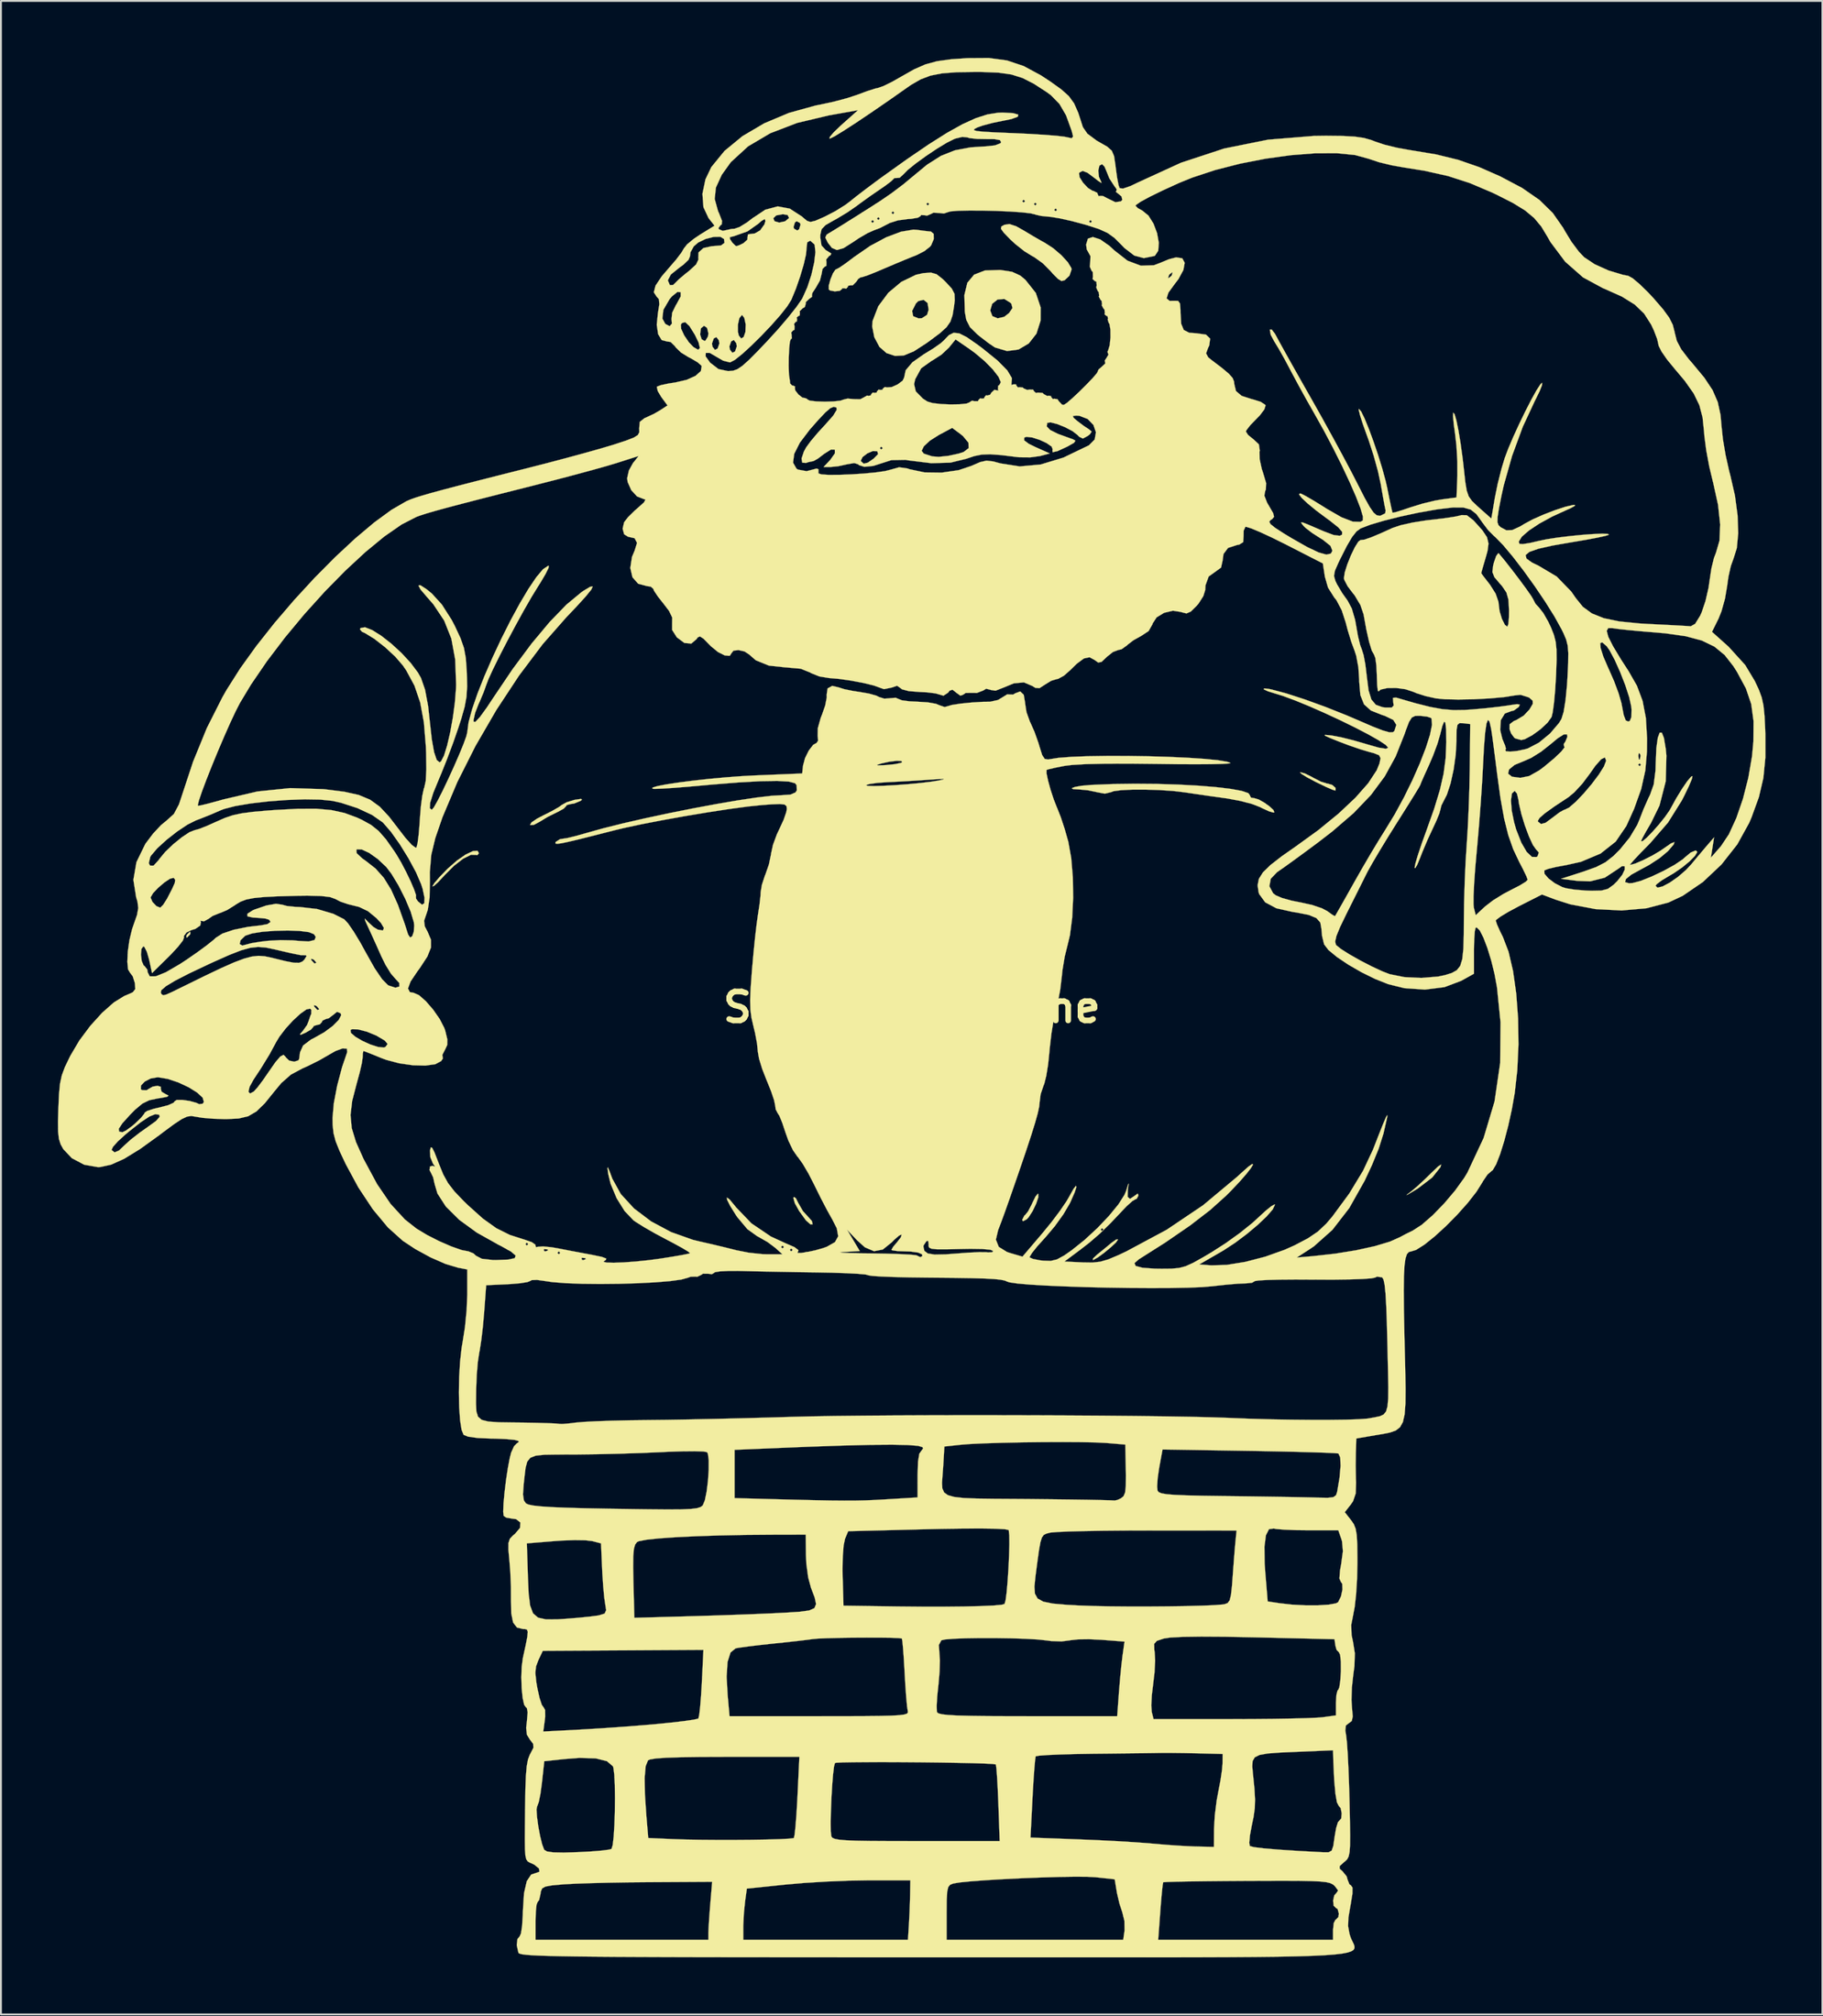
<source format=kicad_pcb>
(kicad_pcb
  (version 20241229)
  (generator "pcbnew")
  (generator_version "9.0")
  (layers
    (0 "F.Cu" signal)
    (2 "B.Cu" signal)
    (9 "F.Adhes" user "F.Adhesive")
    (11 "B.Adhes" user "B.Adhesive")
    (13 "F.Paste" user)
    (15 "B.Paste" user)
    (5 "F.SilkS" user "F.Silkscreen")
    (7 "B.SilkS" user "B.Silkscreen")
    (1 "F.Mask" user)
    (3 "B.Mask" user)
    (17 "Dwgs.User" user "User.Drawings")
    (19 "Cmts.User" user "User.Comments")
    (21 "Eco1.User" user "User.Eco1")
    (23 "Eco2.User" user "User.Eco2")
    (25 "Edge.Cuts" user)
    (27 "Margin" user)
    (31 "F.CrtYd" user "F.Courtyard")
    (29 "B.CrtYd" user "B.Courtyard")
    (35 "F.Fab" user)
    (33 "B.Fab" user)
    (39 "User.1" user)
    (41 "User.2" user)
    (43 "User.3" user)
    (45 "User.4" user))
  (footprint "Santa_EnhOutline"
    (layer "F.Cu")
    (at 44.971 50.005)
    (property "Reference" "Santa_EnhOutline" (at 0 0 0) (layer "F.SilkS") (effects (font (size 1.524 1.524) (thickness 0.3))))
    (attr through_hole)
    (fp_poly (pts (xy -37.995 -3.879) (xy -38.023 -3.825) (xy -38.168 -3.679) (xy -38.195 -3.672) (xy -38.205 -3.771) (xy -38.177 -3.825) (xy -38.032 -3.971) (xy -38.005 -3.978) (xy -37.995 -3.879)) (stroke (width 0.01) (type solid)) (fill yes) (layer "F.SilkS"))
    (fp_poly (pts (xy -6.108 10.05) (xy -5.972 10.318) (xy -5.97 10.322) (xy -5.733 10.735) (xy -5.485 11.005) (xy -5.265 11.25) (xy -5.219 11.425) (xy -5.34 11.428) (xy -5.56 11.232) (xy -5.6 11.185) (xy -5.933 10.724) (xy -6.157 10.321) (xy -6.235 10.048) (xy -6.214 9.988) (xy -6.108 10.05)) (stroke (width 0.01) (type solid)) (fill yes) (layer "F.SilkS"))
    (fp_poly (pts (xy 10.864 12.227) (xy 10.753 12.384) (xy 10.478 12.642) (xy 10.13 12.929) (xy 9.796 13.173) (xy 9.565 13.301) (xy 9.534 13.307) (xy 9.551 13.223) (xy 9.758 13.026) (xy 9.793 12.998) (xy 10.196 12.672) (xy 10.52 12.402) (xy 10.76 12.232) (xy 10.864 12.224) (xy 10.864 12.227)) (stroke (width 0.01) (type solid)) (fill yes) (layer "F.SilkS"))
    (fp_poly (pts (xy 27.849 8.407) (xy 27.846 8.413) (xy 27.412 8.96) (xy 26.675 9.525) (xy 26.408 9.691) (xy 26.11 9.865) (xy 26.059 9.883) (xy 26.239 9.743) (xy 26.308 9.691) (xy 26.619 9.429) (xy 27.037 9.042) (xy 27.363 8.722) (xy 27.719 8.382) (xy 27.88 8.277) (xy 27.849 8.407)) (stroke (width 0.01) (type solid)) (fill yes) (layer "F.SilkS"))
    (fp_poly (pts (xy 6.66 9.822) (xy 6.662 10.01) (xy 6.546 10.349) (xy 6.362 10.732) (xy 6.156 11.053) (xy 6.053 11.163) (xy 5.858 11.264) (xy 5.814 11.198) (xy 5.927 10.972) (xy 5.97 10.939) (xy 6.126 10.745) (xy 6.314 10.386) (xy 6.354 10.294) (xy 6.516 9.966) (xy 6.638 9.819) (xy 6.66 9.822)) (stroke (width 0.01) (type solid)) (fill yes) (layer "F.SilkS"))
    (fp_poly (pts (xy 20.707 -12.316) (xy 21.071 -12.135) (xy 21.15 -12.089) (xy 21.546 -11.887) (xy 21.871 -11.785) (xy 21.91 -11.782) (xy 22.148 -11.709) (xy 22.32 -11.554) (xy 22.317 -11.415) (xy 22.317 -11.415) (xy 22.165 -11.458) (xy 21.813 -11.611) (xy 21.334 -11.842) (xy 21.269 -11.874) (xy 20.817 -12.114) (xy 20.526 -12.294) (xy 20.448 -12.381) (xy 20.462 -12.384) (xy 20.707 -12.316)) (stroke (width 0.01) (type solid)) (fill yes) (layer "F.SilkS"))
    (fp_poly (pts (xy -22.799 -8.117) (xy -22.89 -8.009) (xy -22.947 -8.03) (xy -23.221 -8.032) (xy -23.627 -7.83) (xy -24.108 -7.458) (xy -24.61 -6.955) (xy -24.617 -6.946) (xy -24.941 -6.599) (xy -25.168 -6.393) (xy -25.247 -6.372) (xy -25.145 -6.541) (xy -24.876 -6.856) (xy -24.494 -7.252) (xy -24.444 -7.302) (xy -23.955 -7.731) (xy -23.496 -8.048) (xy -23.117 -8.227) (xy -22.869 -8.243) (xy -22.799 -8.117)) (stroke (width 0.01) (type solid)) (fill yes) (layer "F.SilkS"))
    (fp_poly (pts (xy -17.371 -10.935) (xy -17.443 -10.875) (xy -17.791 -10.732) (xy -17.941 -10.713) (xy -18.168 -10.656) (xy -18.208 -10.595) (xy -18.334 -10.464) (xy -18.644 -10.293) (xy -18.706 -10.265) (xy -19.189 -10.024) (xy -19.613 -9.766) (xy -19.913 -9.608) (xy -20.097 -9.604) (xy -20.105 -9.613) (xy -20.024 -9.743) (xy -19.73 -9.942) (xy -19.4 -10.113) (xy -18.935 -10.347) (xy -18.574 -10.555) (xy -18.441 -10.654) (xy -18.179 -10.8) (xy -17.776 -10.924) (xy -17.741 -10.931) (xy -17.421 -10.979) (xy -17.371 -10.935)) (stroke (width 0.01) (type solid)) (fill yes) (layer "F.SilkS"))
    (fp_poly (pts (xy 5.499 -41.137) (xy 5.899 -40.912) (xy 6.388 -40.618) (xy 6.838 -40.359) (xy 7.017 -40.261) (xy 7.449 -39.981) (xy 7.873 -39.618) (xy 8.216 -39.246) (xy 8.401 -38.941) (xy 8.416 -38.866) (xy 8.305 -38.538) (xy 8.051 -38.298) (xy 7.888 -38.253) (xy 7.702 -38.363) (xy 7.424 -38.641) (xy 7.305 -38.782) (xy 6.903 -39.186) (xy 6.443 -39.515) (xy 6.35 -39.564) (xy 5.933 -39.821) (xy 5.451 -40.202) (xy 5.188 -40.445) (xy 4.844 -40.8) (xy 4.696 -41.006) (xy 4.718 -41.124) (xy 4.873 -41.213) (xy 5.143 -41.255) (xy 5.499 -41.137)) (stroke (width 0.01) (type solid)) (fill yes) (layer "F.SilkS"))
    (fp_poly (pts (xy 4.695 -38.831) (xy 5.285 -38.738) (xy 5.713 -38.54) (xy 5.983 -38.317) (xy 6.532 -37.625) (xy 6.787 -36.865) (xy 6.783 -36.168) (xy 6.566 -35.483) (xy 6.161 -34.966) (xy 5.626 -34.649) (xy 5.019 -34.566) (xy 4.398 -34.749) (xy 4.347 -34.777) (xy 4.037 -34.988) (xy 3.627 -35.302) (xy 3.45 -35.446) (xy 3.065 -35.825) (xy 2.869 -36.213) (xy 2.795 -36.622) (xy 2.792 -36.705) (xy 4.131 -36.705) (xy 4.243 -36.406) (xy 4.519 -36.289) (xy 4.866 -36.367) (xy 5.123 -36.567) (xy 5.302 -36.83) (xy 5.251 -37.042) (xy 5.205 -37.103) (xy 4.875 -37.309) (xy 4.516 -37.28) (xy 4.234 -37.053) (xy 4.131 -36.705) (xy 2.792 -36.705) (xy 2.769 -37.511) (xy 2.927 -38.162) (xy 3.284 -38.59) (xy 3.851 -38.809) (xy 4.641 -38.835) (xy 4.695 -38.831)) (stroke (width 0.01) (type solid)) (fill yes) (layer "F.SilkS"))
    (fp_poly (pts (xy 1.305 -38.612) (xy 1.619 -38.364) (xy 1.78 -38.207) (xy 2.103 -37.86) (xy 2.248 -37.583) (xy 2.262 -37.237) (xy 2.222 -36.898) (xy 2.147 -36.45) (xy 2.033 -36.114) (xy 1.831 -35.824) (xy 1.49 -35.513) (xy 0.959 -35.116) (xy 0.773 -34.982) (xy 0.109 -34.552) (xy -0.418 -34.334) (xy -0.878 -34.309) (xy -1.331 -34.458) (xy -1.704 -34.786) (xy -1.973 -35.294) (xy -2.085 -35.863) (xy -2.062 -36.156) (xy -1.86 -36.678) (xy 0.018 -36.678) (xy 0.072 -36.401) (xy 0.356 -36.286) (xy 0.529 -36.296) (xy 0.804 -36.47) (xy 0.888 -36.742) (xy 0.832 -37.098) (xy 0.621 -37.265) (xy 0.345 -37.199) (xy 0.215 -37.07) (xy 0.018 -36.678) (xy -1.86 -36.678) (xy -1.762 -36.929) (xy -1.234 -37.637) (xy -0.55 -38.21) (xy 0.218 -38.582) (xy 0.606 -38.669) (xy 1.01 -38.697) (xy 1.305 -38.612)) (stroke (width 0.01) (type solid)) (fill yes) (layer "F.SilkS"))
    (fp_poly (pts (xy 0.274 -40.948) (xy 0.691 -40.892) (xy 0.981 -40.861) (xy 1.007 -40.86) (xy 1.153 -40.738) (xy 1.157 -40.462) (xy 1.025 -40.147) (xy 0.963 -40.065) (xy 0.666 -39.831) (xy 0.26 -39.622) (xy 0.257 -39.621) (xy -0.057 -39.497) (xy -0.397 -39.358) (xy -0.833 -39.176) (xy -1.44 -38.918) (xy -1.878 -38.732) (xy -2.306 -38.561) (xy -2.608 -38.462) (xy -2.692 -38.451) (xy -2.823 -38.363) (xy -2.927 -38.212) (xy -3.109 -38.029) (xy -3.223 -38.029) (xy -3.356 -38.003) (xy -3.366 -37.947) (xy -3.459 -37.847) (xy -3.519 -37.87) (xy -3.661 -37.877) (xy -3.672 -37.836) (xy -3.795 -37.737) (xy -4.059 -37.709) (xy -4.305 -37.757) (xy -4.37 -37.809) (xy -4.371 -38.013) (xy -4.282 -38.341) (xy -4.149 -38.665) (xy -4.02 -38.854) (xy -3.99 -38.865) (xy -3.822 -38.953) (xy -3.486 -39.182) (xy -3.054 -39.506) (xy -3.031 -39.524) (xy -2.187 -40.107) (xy -1.346 -40.558) (xy -0.569 -40.851) (xy 0.082 -40.96) (xy 0.274 -40.948)) (stroke (width 0.01) (type solid)) (fill yes) (layer "F.SilkS"))
    (fp_poly (pts (xy 12.918 -11.766) (xy 14.042 -11.731) (xy 15.086 -11.675) (xy 16.014 -11.599) (xy 16.789 -11.507) (xy 17.372 -11.4) (xy 17.726 -11.281) (xy 17.815 -11.154) (xy 17.809 -11.143) (xy 17.869 -11.042) (xy 18.038 -11.017) (xy 18.266 -10.949) (xy 18.561 -10.784) (xy 18.848 -10.578) (xy 19.05 -10.388) (xy 19.093 -10.271) (xy 19.048 -10.257) (xy 18.824 -10.321) (xy 18.458 -10.487) (xy 18.342 -10.547) (xy 17.927 -10.708) (xy 17.323 -10.867) (xy 16.647 -10.996) (xy 16.508 -11.016) (xy 15.778 -11.117) (xy 15.04 -11.224) (xy 14.441 -11.313) (xy 14.383 -11.322) (xy 13.763 -11.396) (xy 13.044 -11.444) (xy 12.298 -11.467) (xy 11.597 -11.465) (xy 11.012 -11.436) (xy 10.616 -11.382) (xy 10.495 -11.334) (xy 10.168 -11.254) (xy 9.782 -11.326) (xy 9.279 -11.432) (xy 8.812 -11.476) (xy 8.488 -11.495) (xy 8.428 -11.544) (xy 8.59 -11.606) (xy 8.935 -11.668) (xy 9.422 -11.712) (xy 9.441 -11.713) (xy 10.58 -11.76) (xy 11.751 -11.776) (xy 12.918 -11.766)) (stroke (width 0.01) (type solid)) (fill yes) (layer "F.SilkS"))
    (fp_poly (pts (xy 29.229 -25.919) (xy 29.571 -25.657) (xy 29.621 -25.605) (xy 30.053 -25.122) (xy 30.294 -24.76) (xy 30.374 -24.428) (xy 30.322 -24.035) (xy 30.229 -23.701) (xy 30.098 -23.254) (xy 30.011 -22.95) (xy 29.99 -22.869) (xy 30.076 -22.744) (xy 30.296 -22.459) (xy 30.449 -22.263) (xy 30.747 -21.793) (xy 30.9 -21.353) (xy 30.908 -21.255) (xy 30.959 -20.859) (xy 31.082 -20.453) (xy 31.238 -20.146) (xy 31.366 -20.045) (xy 31.419 -20.183) (xy 31.451 -20.542) (xy 31.456 -20.924) (xy 31.425 -21.473) (xy 31.318 -21.849) (xy 31.092 -22.182) (xy 30.972 -22.317) (xy 30.685 -22.658) (xy 30.579 -22.925) (xy 30.616 -23.254) (xy 30.659 -23.425) (xy 30.778 -23.769) (xy 30.887 -23.917) (xy 30.916 -23.907) (xy 31.248 -23.505) (xy 31.63 -23.018) (xy 32.017 -22.509) (xy 32.362 -22.04) (xy 32.619 -21.673) (xy 32.74 -21.47) (xy 32.745 -21.454) (xy 32.847 -21.257) (xy 33.036 -21.052) (xy 33.262 -20.763) (xy 33.521 -20.31) (xy 33.668 -19.998) (xy 33.817 -19.62) (xy 33.909 -19.265) (xy 33.954 -18.854) (xy 33.96 -18.307) (xy 33.934 -17.544) (xy 33.929 -17.446) (xy 33.884 -16.703) (xy 33.823 -16.04) (xy 33.754 -15.536) (xy 33.696 -15.293) (xy 33.482 -14.991) (xy 33.109 -14.645) (xy 32.677 -14.331) (xy 32.284 -14.122) (xy 32.098 -14.079) (xy 31.79 -14.163) (xy 31.737 -14.194) (xy 31.567 -14.423) (xy 31.486 -14.642) (xy 31.487 -14.909) (xy 31.71 -15.08) (xy 31.832 -15.127) (xy 32.232 -15.367) (xy 32.533 -15.69) (xy 32.706 -15.984) (xy 32.699 -16.153) (xy 32.51 -16.319) (xy 32.06 -16.462) (xy 31.753 -16.428) (xy 31.195 -16.339) (xy 30.445 -16.271) (xy 29.606 -16.226) (xy 28.779 -16.211) (xy 28.065 -16.227) (xy 27.619 -16.27) (xy 27.07 -16.391) (xy 26.575 -16.548) (xy 26.42 -16.615) (xy 26.003 -16.753) (xy 25.509 -16.82) (xy 25.039 -16.815) (xy 24.695 -16.737) (xy 24.583 -16.64) (xy 24.544 -16.68) (xy 24.512 -16.966) (xy 24.494 -17.436) (xy 24.494 -17.473) (xy 24.469 -18.003) (xy 24.414 -18.403) (xy 24.344 -18.581) (xy 24.227 -18.788) (xy 24.087 -19.248) (xy 23.937 -19.912) (xy 23.795 -20.698) (xy 23.627 -21.192) (xy 23.327 -21.694) (xy 23.241 -21.8) (xy 22.955 -22.178) (xy 22.782 -22.51) (xy 22.76 -22.601) (xy 22.803 -22.902) (xy 22.938 -23.331) (xy 23.127 -23.803) (xy 23.333 -24.23) (xy 23.518 -24.526) (xy 23.63 -24.609) (xy 23.827 -24.631) (xy 24.181 -24.75) (xy 24.733 -24.982) (xy 25.323 -25.25) (xy 25.762 -25.396) (xy 26.391 -25.536) (xy 27.095 -25.647) (xy 27.313 -25.672) (xy 27.958 -25.747) (xy 28.507 -25.827) (xy 28.873 -25.901) (xy 28.952 -25.926) (xy 29.229 -25.919)) (stroke (width 0.01) (type solid)) (fill yes) (layer "F.SilkS"))
    (fp_poly (pts (xy 5.013 -49.871) (xy 5.891 -49.577) (xy 6.798 -49.088) (xy 7.286 -48.768) (xy 7.869 -48.351) (xy 8.268 -47.995) (xy 8.546 -47.614) (xy 8.766 -47.117) (xy 8.992 -46.417) (xy 9.008 -46.363) (xy 9.247 -46.014) (xy 9.737 -45.649) (xy 9.878 -45.568) (xy 10.297 -45.328) (xy 10.533 -45.117) (xy 10.653 -44.833) (xy 10.723 -44.372) (xy 10.74 -44.23) (xy 10.811 -43.711) (xy 10.888 -43.312) (xy 10.942 -43.147) (xy 11.128 -43.123) (xy 11.524 -43.259) (xy 11.908 -43.443) (xy 14.177 -44.483) (xy 16.449 -45.231) (xy 18.768 -45.698) (xy 21.178 -45.895) (xy 21.812 -45.904) (xy 22.686 -45.894) (xy 23.327 -45.859) (xy 23.808 -45.79) (xy 24.201 -45.679) (xy 24.383 -45.607) (xy 24.888 -45.437) (xy 25.556 -45.273) (xy 26.246 -45.148) (xy 26.27 -45.145) (xy 27.614 -44.922) (xy 28.776 -44.637) (xy 29.879 -44.255) (xy 30.985 -43.769) (xy 32.146 -43.155) (xy 33.054 -42.526) (xy 33.756 -41.84) (xy 34.305 -41.054) (xy 34.402 -40.88) (xy 34.743 -40.321) (xy 35.129 -39.805) (xy 35.409 -39.509) (xy 35.965 -39.139) (xy 36.693 -38.81) (xy 37.461 -38.579) (xy 37.729 -38.529) (xy 37.963 -38.4) (xy 38.334 -38.089) (xy 38.782 -37.652) (xy 39.061 -37.352) (xy 39.565 -36.769) (xy 39.889 -36.325) (xy 40.077 -35.951) (xy 40.174 -35.575) (xy 40.179 -35.542) (xy 40.292 -35.1) (xy 40.522 -34.662) (xy 40.919 -34.142) (xy 41.113 -33.918) (xy 41.744 -33.157) (xy 42.176 -32.506) (xy 42.446 -31.882) (xy 42.594 -31.202) (xy 42.647 -30.602) (xy 42.72 -29.914) (xy 42.862 -29.081) (xy 43.046 -28.253) (xy 43.113 -28.001) (xy 43.354 -26.946) (xy 43.492 -25.914) (xy 43.525 -24.971) (xy 43.451 -24.183) (xy 43.279 -23.64) (xy 43.136 -23.241) (xy 43.009 -22.673) (xy 42.941 -22.187) (xy 42.829 -21.524) (xy 42.644 -20.861) (xy 42.493 -20.484) (xy 42.144 -19.777) (xy 43.022 -18.989) (xy 43.892 -18.03) (xy 44.396 -17.191) (xy 44.616 -16.722) (xy 44.763 -16.318) (xy 44.856 -15.892) (xy 44.911 -15.356) (xy 44.948 -14.622) (xy 44.955 -14.402) (xy 44.956 -13.153) (xy 44.85 -12.082) (xy 44.615 -11.074) (xy 44.23 -10.014) (xy 44.103 -9.716) (xy 43.477 -8.583) (xy 42.643 -7.523) (xy 41.664 -6.6) (xy 40.604 -5.875) (xy 39.847 -5.519) (xy 38.691 -5.217) (xy 37.384 -5.102) (xy 36.017 -5.173) (xy 34.679 -5.426) (xy 33.924 -5.667) (xy 33.191 -5.943) (xy 31.973 -5.325) (xy 31.433 -5.036) (xy 31.015 -4.785) (xy 30.783 -4.612) (xy 30.755 -4.569) (xy 30.821 -4.365) (xy 30.989 -3.99) (xy 31.13 -3.708) (xy 31.429 -2.93) (xy 31.666 -1.913) (xy 31.835 -0.719) (xy 31.932 0.591) (xy 31.952 1.955) (xy 31.89 3.31) (xy 31.756 4.5) (xy 31.604 5.368) (xy 31.413 6.235) (xy 31.201 7.044) (xy 30.983 7.74) (xy 30.776 8.268) (xy 30.597 8.573) (xy 30.534 8.621) (xy 30.321 8.806) (xy 30.087 9.149) (xy 30.054 9.211) (xy 29.736 9.718) (xy 29.277 10.304) (xy 28.726 10.921) (xy 28.131 11.524) (xy 27.539 12.065) (xy 27 12.498) (xy 26.561 12.775) (xy 26.307 12.853) (xy 26.177 12.886) (xy 26.075 13.003) (xy 26 13.236) (xy 25.948 13.613) (xy 25.919 14.164) (xy 25.909 14.918) (xy 25.917 15.906) (xy 25.942 17.156) (xy 25.957 17.806) (xy 25.989 19.087) (xy 26.006 20.097) (xy 25.999 20.869) (xy 25.956 21.44) (xy 25.864 21.843) (xy 25.714 22.113) (xy 25.494 22.285) (xy 25.192 22.393) (xy 24.798 22.472) (xy 24.419 22.535) (xy 23.411 22.708) (xy 23.387 23.48) (xy 23.379 24.14) (xy 23.391 24.839) (xy 23.399 25.02) (xy 23.381 25.599) (xy 23.24 26.012) (xy 23.119 26.188) (xy 22.804 26.589) (xy 23.138 27.014) (xy 23.281 27.223) (xy 23.376 27.461) (xy 23.433 27.791) (xy 23.461 28.278) (xy 23.469 28.985) (xy 23.469 29.288) (xy 23.45 30.126) (xy 23.4 30.92) (xy 23.327 31.575) (xy 23.262 31.92) (xy 23.144 32.531) (xy 23.163 33.061) (xy 23.237 33.414) (xy 23.334 34.02) (xy 23.313 34.697) (xy 23.251 35.156) (xy 23.179 35.816) (xy 23.158 36.475) (xy 23.184 36.893) (xy 23.224 37.346) (xy 23.173 37.587) (xy 23.023 37.698) (xy 22.861 37.826) (xy 22.834 38.09) (xy 22.878 38.369) (xy 22.916 38.703) (xy 22.957 39.283) (xy 22.995 40.048) (xy 23.029 40.938) (xy 23.054 41.843) (xy 23.075 42.852) (xy 23.085 43.599) (xy 23.081 44.13) (xy 23.057 44.487) (xy 23.01 44.717) (xy 22.936 44.863) (xy 22.83 44.97) (xy 22.767 45.02) (xy 22.535 45.228) (xy 22.534 45.368) (xy 22.684 45.502) (xy 22.901 45.769) (xy 22.952 45.946) (xy 23.048 46.19) (xy 23.128 46.243) (xy 23.21 46.363) (xy 23.208 46.675) (xy 23.12 47.224) (xy 23.101 47.32) (xy 22.996 47.94) (xy 22.979 48.388) (xy 23.049 48.784) (xy 23.099 48.946) (xy 23.159 49.096) (xy 23.224 49.231) (xy 23.282 49.353) (xy 23.316 49.462) (xy 23.314 49.559) (xy 23.261 49.645) (xy 23.142 49.72) (xy 22.944 49.784) (xy 22.651 49.84) (xy 22.25 49.886) (xy 21.726 49.925) (xy 21.065 49.957) (xy 20.253 49.982) (xy 19.275 50.002) (xy 18.118 50.016) (xy 16.766 50.026) (xy 15.206 50.032) (xy 13.423 50.036) (xy 11.403 50.037) (xy 9.131 50.037) (xy 6.594 50.036) (xy 3.777 50.035) (xy 1.245 50.035) (xy -1.791 50.035) (xy -4.535 50.034) (xy -7.003 50.032) (xy -9.208 50.03) (xy -11.166 50.027) (xy -12.891 50.022) (xy -14.396 50.016) (xy -15.698 50.009) (xy -16.811 49.999) (xy -17.748 49.988) (xy -18.525 49.975) (xy -19.157 49.96) (xy -19.657 49.943) (xy -20.041 49.923) (xy -20.322 49.9) (xy -20.516 49.875) (xy -20.637 49.846) (xy -20.7 49.815) (xy -20.717 49.793) (xy -20.804 49.393) (xy -20.767 49.066) (xy -20.655 48.938) (xy -20.581 48.771) (xy -20.522 48.369) (xy -20.507 48.122) (xy -19.815 48.122) (xy -19.815 49.117) (xy -10.711 49.117) (xy -10.711 48.757) (xy -10.699 48.45) (xy -8.875 48.45) (xy -8.875 49.117) (xy -0.202 49.117) (xy -0.151 48.314) (xy -0.118 47.681) (xy 1.836 47.681) (xy 1.836 49.117) (xy 11.135 49.117) (xy 12.977 49.117) (xy 22.187 49.117) (xy 22.187 48.581) (xy 22.225 48.227) (xy 22.32 48.05) (xy 22.34 48.046) (xy 22.464 47.918) (xy 22.493 47.74) (xy 22.429 47.491) (xy 22.34 47.434) (xy 22.218 47.313) (xy 22.191 47.044) (xy 22.253 46.768) (xy 22.377 46.631) (xy 22.453 46.512) (xy 22.276 46.277) (xy 22.175 46.192) (xy 22.038 46.126) (xy 21.829 46.076) (xy 21.513 46.041) (xy 21.055 46.019) (xy 20.42 46.006) (xy 19.571 46.002) (xy 18.475 46.005) (xy 17.636 46.008) (xy 16.516 46.016) (xy 15.499 46.026) (xy 14.625 46.038) (xy 13.932 46.051) (xy 13.461 46.065) (xy 13.249 46.079) (xy 13.241 46.082) (xy 13.211 46.246) (xy 13.168 46.648) (xy 13.118 47.218) (xy 13.087 47.625) (xy 12.977 49.117) (xy 11.135 49.117) (xy 11.207 48.625) (xy 11.199 48.114) (xy 11.089 47.668) (xy 10.937 47.203) (xy 10.809 46.656) (xy 10.793 46.565) (xy 10.688 45.925) (xy 9.666 45.814) (xy 9.231 45.791) (xy 8.57 45.788) (xy 7.741 45.801) (xy 6.803 45.829) (xy 5.816 45.868) (xy 4.838 45.916) (xy 3.928 45.971) (xy 3.144 46.029) (xy 2.546 46.088) (xy 2.191 46.145) (xy 2.18 46.148) (xy 2.02 46.212) (xy 1.919 46.336) (xy 1.864 46.581) (xy 1.841 47.009) (xy 1.836 47.681) (xy -0.118 47.681) (xy -0.117 47.654) (xy -0.093 46.96) (xy -0.088 46.745) (xy -0.077 45.98) (xy -2.295 45.98) (xy -3.34 45.998) (xy -4.513 46.046) (xy -5.668 46.117) (xy -6.601 46.198) (xy -8.687 46.416) (xy -8.781 47.099) (xy -8.843 47.714) (xy -8.874 48.35) (xy -8.875 48.45) (xy -10.699 48.45) (xy -10.698 48.432) (xy -10.665 47.909) (xy -10.618 47.295) (xy -10.612 47.227) (xy -10.513 46.057) (xy -13.863 46.077) (xy -14.93 46.087) (xy -15.971 46.105) (xy -16.918 46.128) (xy -17.708 46.155) (xy -18.272 46.185) (xy -18.361 46.191) (xy -18.946 46.245) (xy -19.292 46.307) (xy -19.467 46.405) (xy -19.537 46.568) (xy -19.557 46.707) (xy -19.625 47.012) (xy -19.71 47.128) (xy -19.764 47.267) (xy -19.801 47.633) (xy -19.815 48.122) (xy -20.507 48.122) (xy -20.487 47.805) (xy -20.481 47.586) (xy -20.423 46.661) (xy -20.278 46.026) (xy -20.045 45.676) (xy -19.812 45.598) (xy -19.606 45.526) (xy -19.635 45.356) (xy -19.875 45.158) (xy -19.968 45.111) (xy -20.119 45.046) (xy -20.228 44.982) (xy -20.303 44.872) (xy -20.35 44.675) (xy -20.373 44.345) (xy -20.379 43.839) (xy -20.375 43.113) (xy -20.367 42.251) (xy -19.765 42.251) (xy -19.74 42.631) (xy -19.673 43.125) (xy -19.577 43.64) (xy -19.468 44.084) (xy -19.361 44.366) (xy -19.358 44.37) (xy -19.212 44.459) (xy -18.884 44.507) (xy -18.33 44.518) (xy -17.577 44.496) (xy -16.892 44.459) (xy -16.325 44.412) (xy -15.942 44.362) (xy -15.813 44.324) (xy -15.75 44.115) (xy -15.7 43.671) (xy -15.662 43.062) (xy -15.639 42.362) (xy -15.632 41.639) (xy -15.641 40.966) (xy -15.661 40.562) (xy -14.069 40.562) (xy -14.055 41.458) (xy -13.979 42.585) (xy -13.88 43.75) (xy -12.64 43.806) (xy -11.952 43.829) (xy -11.135 43.844) (xy -10.241 43.851) (xy -9.324 43.851) (xy -8.435 43.844) (xy -7.629 43.83) (xy -6.957 43.811) (xy -6.472 43.786) (xy -6.227 43.757) (xy -6.209 43.749) (xy -6.17 43.571) (xy -6.124 43.146) (xy -6.108 42.938) (xy -4.272 42.938) (xy -4.266 43.407) (xy -4.237 43.663) (xy -4.235 43.669) (xy -4.179 43.741) (xy -4.052 43.797) (xy -3.82 43.84) (xy -3.451 43.872) (xy -2.911 43.893) (xy -2.169 43.906) (xy -1.19 43.912) (xy 0.057 43.914) (xy 0.245 43.914) (xy 4.631 43.914) (xy 4.624 43.728) (xy 6.251 43.728) (xy 8.825 43.824) (xy 9.805 43.865) (xy 10.792 43.916) (xy 11.697 43.971) (xy 12.43 44.024) (xy 12.7 44.048) (xy 13.457 44.113) (xy 14.243 44.166) (xy 14.9 44.197) (xy 14.957 44.198) (xy 15.913 44.22) (xy 15.914 44.003) (xy 17.774 44.003) (xy 17.802 44.171) (xy 18.009 44.23) (xy 18.513 44.293) (xy 19.304 44.361) (xy 20.371 44.431) (xy 21.678 44.502) (xy 21.958 44.501) (xy 22.114 44.414) (xy 22.2 44.169) (xy 22.269 43.693) (xy 22.27 43.685) (xy 22.35 43.225) (xy 22.445 42.919) (xy 22.51 42.843) (xy 22.618 42.721) (xy 22.642 42.451) (xy 22.588 42.177) (xy 22.482 42.049) (xy 22.39 41.868) (xy 22.311 41.408) (xy 22.248 40.695) (xy 22.204 39.757) (xy 22.196 39.495) (xy 22.187 39.13) (xy 20.312 39.209) (xy 19.396 39.25) (xy 18.744 39.299) (xy 18.314 39.376) (xy 18.063 39.502) (xy 17.95 39.697) (xy 17.933 39.984) (xy 17.969 40.378) (xy 18.046 41.151) (xy 18.078 41.719) (xy 18.064 42.182) (xy 18.001 42.637) (xy 17.903 43.107) (xy 17.809 43.616) (xy 17.774 44.003) (xy 15.914 44.003) (xy 15.919 43.264) (xy 15.959 42.563) (xy 16.057 41.78) (xy 16.143 41.313) (xy 16.259 40.711) (xy 16.341 40.153) (xy 16.367 39.821) (xy 16.372 39.324) (xy 15.033 39.291) (xy 14.335 39.277) (xy 13.675 39.269) (xy 13.172 39.269) (xy 13.083 39.27) (xy 12.737 39.276) (xy 12.145 39.284) (xy 11.369 39.293) (xy 10.469 39.304) (xy 9.528 39.314) (xy 8.611 39.329) (xy 7.805 39.352) (xy 7.157 39.38) (xy 6.716 39.413) (xy 6.528 39.447) (xy 6.525 39.449) (xy 6.496 39.633) (xy 6.457 40.063) (xy 6.413 40.68) (xy 6.369 41.425) (xy 6.358 41.641) (xy 6.251 43.728) (xy 4.624 43.728) (xy 4.559 41.925) (xy 4.528 41.178) (xy 4.493 40.549) (xy 4.459 40.098) (xy 4.429 39.883) (xy 4.424 39.874) (xy 4.254 39.85) (xy 3.827 39.828) (xy 3.19 39.808) (xy 2.393 39.791) (xy 1.484 39.776) (xy 0.51 39.764) (xy -0.479 39.756) (xy -1.436 39.752) (xy -2.311 39.753) (xy -3.057 39.759) (xy -3.626 39.769) (xy -3.968 39.786) (xy -4.046 39.8) (xy -4.097 39.991) (xy -4.148 40.413) (xy -4.194 40.993) (xy -4.233 41.657) (xy -4.26 42.33) (xy -4.272 42.938) (xy -6.108 42.938) (xy -6.076 42.533) (xy -6.031 41.789) (xy -6.02 41.568) (xy -5.92 39.477) (xy -9.815 39.477) (xy -11.131 39.482) (xy -12.164 39.497) (xy -12.935 39.522) (xy -13.468 39.56) (xy -13.783 39.611) (xy -13.893 39.661) (xy -14.015 39.964) (xy -14.069 40.562) (xy -15.661 40.562) (xy -15.668 40.413) (xy -15.715 40.051) (xy -15.741 39.972) (xy -16.057 39.703) (xy -16.647 39.556) (xy -17.503 39.531) (xy -18.285 39.591) (xy -19.356 39.707) (xy -19.481 40.851) (xy -19.556 41.412) (xy -19.642 41.844) (xy -19.721 42.065) (xy -19.732 42.075) (xy -19.765 42.251) (xy -20.367 42.251) (xy -20.366 42.173) (xy -20.351 41.2) (xy -20.324 40.483) (xy -20.28 39.972) (xy -20.214 39.617) (xy -20.12 39.368) (xy -20.088 39.31) (xy -19.927 38.996) (xy -19.938 38.792) (xy -20.103 38.579) (xy -20.271 38.309) (xy -20.309 37.95) (xy -20.268 37.578) (xy -20.23 37.13) (xy -20.274 36.896) (xy -20.311 36.876) (xy -20.414 36.737) (xy -20.494 36.372) (xy -20.546 35.862) (xy -20.564 35.287) (xy -20.556 35.053) (xy -19.826 35.053) (xy -19.778 35.523) (xy -19.717 35.876) (xy -19.603 36.382) (xy -19.484 36.741) (xy -19.386 36.876) (xy -19.311 37.011) (xy -19.308 37.36) (xy -19.324 37.51) (xy -19.409 38.143) (xy -17.393 38.036) (xy -16.378 37.975) (xy -15.221 37.894) (xy -14.084 37.805) (xy -13.357 37.741) (xy -12.602 37.664) (xy -11.96 37.588) (xy -11.491 37.519) (xy -11.255 37.466) (xy -11.241 37.457) (xy -11.196 37.275) (xy -11.147 36.852) (xy -11.098 36.252) (xy -11.059 35.602) (xy -11.042 35.258) (xy -9.752 35.258) (xy -9.7 36.206) (xy -9.598 37.335) (xy -4.865 37.335) (xy -3.536 37.334) (xy -2.483 37.33) (xy -1.674 37.321) (xy -1.077 37.306) (xy -0.663 37.282) (xy -0.401 37.248) (xy -0.258 37.203) (xy -0.205 37.143) (xy -0.21 37.068) (xy -0.21 37.067) (xy -0.249 36.812) (xy -0.25 36.798) (xy 1.31 36.798) (xy 1.321 37.095) (xy 1.329 37.125) (xy 1.402 37.186) (xy 1.587 37.234) (xy 1.914 37.271) (xy 2.412 37.299) (xy 3.109 37.317) (xy 4.037 37.329) (xy 5.222 37.334) (xy 6.114 37.335) (xy 10.818 37.335) (xy 10.861 36.762) (xy 12.614 36.762) (xy 12.637 37.105) (xy 12.638 37.109) (xy 12.733 37.488) (xy 16.827 37.488) (xy 17.957 37.484) (xy 19.022 37.474) (xy 19.973 37.458) (xy 20.761 37.438) (xy 21.336 37.414) (xy 21.63 37.391) (xy 22.34 37.293) (xy 22.34 36.626) (xy 22.363 36.222) (xy 22.422 35.984) (xy 22.455 35.957) (xy 22.517 35.817) (xy 22.57 35.452) (xy 22.601 34.963) (xy 22.598 34.457) (xy 22.56 34.099) (xy 22.497 33.969) (xy 22.372 33.839) (xy 22.312 33.624) (xy 22.263 33.28) (xy 18.055 33.181) (xy 16.506 33.151) (xy 15.248 33.143) (xy 14.286 33.157) (xy 13.622 33.191) (xy 13.276 33.243) (xy 12.908 33.366) (xy 12.765 33.526) (xy 12.773 33.833) (xy 12.794 33.968) (xy 12.816 34.41) (xy 12.786 35.017) (xy 12.714 35.631) (xy 12.641 36.233) (xy 12.614 36.762) (xy 10.861 36.762) (xy 10.911 36.073) (xy 10.969 35.371) (xy 11.036 34.687) (xy 11.098 34.157) (xy 11.105 34.107) (xy 11.205 33.405) (xy 9.979 33.31) (xy 9.335 33.281) (xy 8.756 33.289) (xy 8.351 33.333) (xy 8.31 33.343) (xy 7.89 33.395) (xy 7.344 33.377) (xy 7.108 33.346) (xy 6.654 33.296) (xy 6.014 33.259) (xy 5.25 33.233) (xy 4.424 33.22) (xy 3.598 33.219) (xy 2.836 33.231) (xy 2.199 33.256) (xy 1.749 33.293) (xy 1.557 33.337) (xy 1.425 33.585) (xy 1.452 33.985) (xy 1.48 34.391) (xy 1.464 34.98) (xy 1.408 35.633) (xy 1.399 35.71) (xy 1.337 36.306) (xy 1.31 36.798) (xy -0.25 36.798) (xy -0.294 36.325) (xy -0.34 35.679) (xy -0.376 35.049) (xy -0.416 34.352) (xy -0.458 33.776) (xy -0.495 33.385) (xy -0.522 33.242) (xy -0.691 33.22) (xy -1.099 33.205) (xy -1.684 33.197) (xy -2.378 33.196) (xy -3.117 33.2) (xy -3.836 33.211) (xy -4.469 33.227) (xy -4.951 33.248) (xy -5.202 33.271) (xy -5.509 33.312) (xy -6.038 33.375) (xy -6.71 33.449) (xy -7.268 33.507) (xy -7.986 33.585) (xy -8.616 33.661) (xy -9.081 33.725) (xy -9.278 33.76) (xy -9.546 33.979) (xy -9.704 34.477) (xy -9.752 35.258) (xy -11.042 35.258) (xy -10.973 33.841) (xy -15.203 33.867) (xy -19.434 33.892) (xy -19.667 34.384) (xy -19.79 34.71) (xy -19.826 35.053) (xy -20.556 35.053) (xy -20.544 34.728) (xy -20.483 34.275) (xy -20.333 33.586) (xy -20.247 33.143) (xy -20.225 32.892) (xy -20.265 32.777) (xy -20.368 32.746) (xy -20.468 32.745) (xy -20.793 32.665) (xy -20.997 32.402) (xy -21.095 31.914) (xy -21.107 31.265) (xy -21.11 30.523) (xy -21.147 29.692) (xy -21.192 29.135) (xy -21.244 28.566) (xy -21.242 28.231) (xy -20.274 28.231) (xy -20.218 29.98) (xy -20.179 30.875) (xy -20.102 31.506) (xy -19.948 31.916) (xy -19.681 32.145) (xy -19.263 32.237) (xy -18.654 32.233) (xy -18.212 32.204) (xy -17.553 32.15) (xy -16.961 32.09) (xy -16.542 32.035) (xy -16.476 32.023) (xy -16.178 31.931) (xy -16.096 31.751) (xy -16.142 31.46) (xy -16.196 31.09) (xy -16.25 30.518) (xy -16.295 29.847) (xy -16.307 29.608) (xy -16.312 29.492) (xy -14.675 29.492) (xy -14.661 30.258) (xy -14.613 32.154) (xy -11.476 32.066) (xy -10.391 32.033) (xy -9.284 31.995) (xy -8.239 31.956) (xy -7.338 31.917) (xy -6.694 31.885) (xy -5.916 31.836) (xy -5.406 31.766) (xy -5.127 31.643) (xy -5.041 31.43) (xy -5.111 31.092) (xy -5.3 30.594) (xy -5.306 30.58) (xy -5.456 30.027) (xy -5.513 29.603) (xy -3.648 29.603) (xy -3.642 29.958) (xy -3.598 31.514) (xy -0.69 31.556) (xy 0.562 31.568) (xy 1.724 31.568) (xy 2.758 31.557) (xy 3.629 31.536) (xy 4.298 31.506) (xy 4.731 31.467) (xy 4.884 31.427) (xy 4.94 31.236) (xy 4.996 30.814) (xy 5.023 30.507) (xy 6.459 30.507) (xy 6.484 30.881) (xy 6.627 31.137) (xy 6.928 31.303) (xy 7.428 31.405) (xy 8.167 31.469) (xy 8.81 31.504) (xy 9.553 31.531) (xy 10.45 31.549) (xy 11.444 31.558) (xy 12.482 31.558) (xy 13.507 31.55) (xy 14.466 31.535) (xy 15.303 31.513) (xy 15.963 31.485) (xy 16.39 31.45) (xy 16.473 31.437) (xy 16.635 31.376) (xy 16.742 31.233) (xy 16.812 30.945) (xy 16.866 30.451) (xy 16.897 30.029) (xy 16.948 29.34) (xy 16.998 28.696) (xy 17.023 28.412) (xy 18.573 28.412) (xy 18.585 29.298) (xy 18.617 29.761) (xy 18.744 31.291) (xy 19.356 31.384) (xy 20.022 31.459) (xy 20.727 31.496) (xy 21.399 31.496) (xy 21.961 31.46) (xy 22.341 31.391) (xy 22.454 31.329) (xy 22.604 31.028) (xy 22.683 30.665) (xy 22.673 30.365) (xy 22.597 30.254) (xy 22.522 30.083) (xy 22.557 29.646) (xy 22.613 29.336) (xy 22.706 28.645) (xy 22.662 28.131) (xy 22.625 28.006) (xy 22.463 27.542) (xy 20.884 27.542) (xy 20.198 27.534) (xy 19.611 27.51) (xy 19.202 27.477) (xy 19.065 27.45) (xy 18.814 27.483) (xy 18.65 27.806) (xy 18.573 28.412) (xy 17.023 28.412) (xy 17.04 28.213) (xy 17.049 28.123) (xy 17.106 27.557) (xy 12.412 27.554) (xy 11.222 27.557) (xy 10.113 27.567) (xy 9.127 27.584) (xy 8.306 27.605) (xy 7.692 27.631) (xy 7.327 27.66) (xy 7.263 27.672) (xy 7.082 27.721) (xy 6.95 27.789) (xy 6.853 27.923) (xy 6.775 28.172) (xy 6.7 28.585) (xy 6.613 29.208) (xy 6.511 29.99) (xy 6.459 30.507) (xy 5.023 30.507) (xy 5.047 30.235) (xy 5.091 29.572) (xy 5.123 28.899) (xy 5.139 28.29) (xy 5.135 27.816) (xy 5.108 27.553) (xy 5.095 27.526) (xy 4.9 27.487) (xy 4.426 27.461) (xy 3.7 27.45) (xy 2.747 27.452) (xy 1.595 27.469) (xy 0.801 27.487) (xy -3.349 27.591) (xy -3.517 27.996) (xy -3.589 28.335) (xy -3.634 28.898) (xy -3.648 29.603) (xy -5.513 29.603) (xy -5.552 29.315) (xy -5.573 28.856) (xy -5.585 27.772) (xy -7.345 27.776) (xy -8.789 27.788) (xy -10.141 27.815) (xy -11.368 27.856) (xy -12.437 27.908) (xy -13.315 27.97) (xy -13.97 28.04) (xy -14.369 28.117) (xy -14.468 28.161) (xy -14.57 28.294) (xy -14.636 28.525) (xy -14.669 28.907) (xy -14.675 29.492) (xy -16.312 29.492) (xy -16.367 28.232) (xy -16.837 28.11) (xy -17.194 28.069) (xy -17.761 28.061) (xy -18.439 28.085) (xy -18.79 28.11) (xy -20.274 28.231) (xy -21.242 28.231) (xy -21.242 28.214) (xy -21.17 27.994) (xy -21.008 27.821) (xy -20.902 27.735) (xy -20.631 27.415) (xy -20.614 27.133) (xy -20.838 26.957) (xy -21.046 26.93) (xy -21.362 26.874) (xy -21.494 26.783) (xy -21.519 26.565) (xy -21.501 26.124) (xy -21.457 25.652) (xy -20.478 25.652) (xy -20.428 25.977) (xy -20.32 26.127) (xy -20.189 26.188) (xy -19.939 26.24) (xy -19.545 26.284) (xy -18.981 26.322) (xy -18.222 26.354) (xy -17.243 26.382) (xy -16.019 26.406) (xy -14.524 26.429) (xy -13.828 26.438) (xy -12.85 26.447) (xy -12.134 26.442) (xy -11.635 26.42) (xy -11.309 26.379) (xy -11.113 26.315) (xy -11.008 26.23) (xy -10.898 25.965) (xy -10.805 25.508) (xy -10.735 24.946) (xy -10.695 24.368) (xy -10.693 23.863) (xy -10.736 23.518) (xy -10.784 23.426) (xy -10.986 23.392) (xy -11.434 23.378) (xy -12.07 23.384) (xy -12.835 23.409) (xy -13.159 23.425) (xy -14.183 23.47) (xy -15.371 23.509) (xy -16.583 23.537) (xy -17.679 23.552) (xy -17.771 23.552) (xy -18.695 23.554) (xy -19.359 23.565) (xy -19.809 23.613) (xy -20.092 23.726) (xy -20.254 23.928) (xy -20.34 24.248) (xy -20.396 24.712) (xy -20.439 25.106) (xy -20.478 25.652) (xy -21.457 25.652) (xy -21.447 25.542) (xy -21.369 24.897) (xy -21.274 24.27) (xy -21.174 23.74) (xy -21.099 23.449) (xy -21.033 23.305) (xy -9.334 23.305) (xy -9.334 25.849) (xy -7.536 25.898) (xy -6.203 25.933) (xy -5.129 25.958) (xy -4.265 25.975) (xy -3.563 25.981) (xy -2.977 25.979) (xy -2.458 25.968) (xy -1.958 25.948) (xy -1.431 25.919) (xy -1.324 25.912) (xy 0.306 25.813) (xy 0.306 25.056) (xy 1.591 25.056) (xy 1.609 25.338) (xy 1.7 25.545) (xy 1.896 25.691) (xy 2.228 25.786) (xy 2.726 25.843) (xy 3.422 25.871) (xy 4.348 25.884) (xy 5.533 25.892) (xy 6.176 25.897) (xy 7.311 25.91) (xy 8.344 25.923) (xy 9.234 25.936) (xy 9.944 25.95) (xy 10.435 25.963) (xy 10.669 25.974) (xy 10.683 25.976) (xy 10.837 25.943) (xy 11.015 25.86) (xy 11.153 25.748) (xy 11.236 25.552) (xy 11.27 25.237) (xy 12.921 25.237) (xy 12.944 25.459) (xy 13.007 25.536) (xy 13.154 25.596) (xy 13.42 25.643) (xy 13.841 25.678) (xy 14.452 25.704) (xy 15.289 25.724) (xy 16.386 25.74) (xy 16.732 25.744) (xy 17.828 25.758) (xy 18.878 25.774) (xy 19.826 25.789) (xy 20.613 25.804) (xy 21.182 25.817) (xy 21.381 25.824) (xy 21.906 25.834) (xy 22.201 25.799) (xy 22.343 25.698) (xy 22.404 25.515) (xy 22.529 24.771) (xy 22.584 24.15) (xy 22.565 23.708) (xy 22.472 23.502) (xy 22.46 23.497) (xy 22.262 23.479) (xy 21.798 23.458) (xy 21.108 23.435) (xy 20.231 23.411) (xy 19.207 23.388) (xy 18.077 23.366) (xy 17.735 23.361) (xy 13.207 23.286) (xy 13.029 24.251) (xy 12.95 24.793) (xy 12.921 25.237) (xy 11.27 25.237) (xy 11.273 25.205) (xy 11.278 24.641) (xy 11.273 24.368) (xy 11.246 23.028) (xy 10.252 22.945) (xy 9.704 22.917) (xy 8.921 22.901) (xy 7.969 22.895) (xy 6.917 22.899) (xy 5.835 22.912) (xy 4.789 22.934) (xy 3.848 22.963) (xy 3.081 22.998) (xy 2.579 23.037) (xy 1.716 23.131) (xy 1.651 24.227) (xy 1.616 24.69) (xy 1.591 25.056) (xy 0.306 25.056) (xy 0.306 24.624) (xy 0.329 23.923) (xy 0.398 23.508) (xy 0.497 23.368) (xy 0.598 23.231) (xy 0.561 23.164) (xy 0.332 23.095) (xy -0.202 23.052) (xy -1.041 23.035) (xy -2.183 23.044) (xy -3.629 23.08) (xy -5.378 23.141) (xy -6.006 23.166) (xy -9.334 23.305) (xy -21.033 23.305) (xy -20.947 23.114) (xy -20.789 22.954) (xy -20.772 22.952) (xy -20.69 22.879) (xy -20.72 22.837) (xy -20.917 22.783) (xy -21.34 22.741) (xy -21.911 22.716) (xy -22.125 22.713) (xy -22.855 22.683) (xy -23.365 22.613) (xy -23.604 22.514) (xy -23.711 22.251) (xy -23.789 21.749) (xy -23.836 21.072) (xy -23.84 20.87) (xy -22.951 20.87) (xy -22.932 21.283) (xy -22.846 21.56) (xy -22.648 21.729) (xy -22.296 21.817) (xy -21.746 21.854) (xy -20.954 21.866) (xy -20.481 21.871) (xy -19.758 21.884) (xy -19.157 21.901) (xy -18.737 21.919) (xy -18.56 21.938) (xy -18.558 21.939) (xy -18.396 21.944) (xy -18.024 21.912) (xy -17.696 21.871) (xy -17.281 21.835) (xy -16.626 21.801) (xy -15.795 21.772) (xy -14.854 21.75) (xy -13.909 21.738) (xy -12.937 21.727) (xy -11.738 21.706) (xy -10.388 21.678) (xy -8.965 21.644) (xy -7.546 21.606) (xy -6.35 21.571) (xy -5.325 21.545) (xy -4.061 21.523) (xy -2.596 21.507) (xy -0.969 21.494) (xy 0.782 21.486) (xy 2.618 21.482) (xy 4.502 21.483) (xy 6.394 21.487) (xy 8.258 21.495) (xy 10.054 21.507) (xy 11.743 21.523) (xy 13.289 21.543) (xy 14.652 21.566) (xy 15.793 21.593) (xy 16.676 21.623) (xy 16.831 21.63) (xy 17.813 21.669) (xy 18.874 21.699) (xy 19.964 21.718) (xy 21.028 21.728) (xy 22.015 21.728) (xy 22.872 21.717) (xy 23.546 21.695) (xy 23.984 21.663) (xy 24.069 21.65) (xy 24.406 21.589) (xy 24.664 21.533) (xy 24.851 21.445) (xy 24.979 21.285) (xy 25.055 21.017) (xy 25.092 20.602) (xy 25.098 20.001) (xy 25.083 19.178) (xy 25.058 18.094) (xy 25.053 17.869) (xy 25.023 16.674) (xy 24.99 15.755) (xy 24.952 15.08) (xy 24.905 14.621) (xy 24.847 14.345) (xy 24.777 14.224) (xy 24.773 14.221) (xy 24.5 14.184) (xy 24.401 14.234) (xy 24.203 14.274) (xy 23.748 14.307) (xy 23.085 14.33) (xy 22.263 14.342) (xy 21.33 14.341) (xy 21.145 14.34) (xy 20.21 14.335) (xy 19.389 14.342) (xy 18.727 14.359) (xy 18.27 14.385) (xy 18.063 14.418) (xy 18.055 14.426) (xy 17.922 14.506) (xy 17.596 14.54) (xy 17.558 14.54) (xy 17.165 14.557) (xy 16.585 14.606) (xy 15.933 14.677) (xy 15.837 14.689) (xy 15.295 14.735) (xy 14.541 14.766) (xy 13.621 14.783) (xy 12.578 14.787) (xy 11.457 14.78) (xy 10.302 14.762) (xy 9.158 14.735) (xy 8.069 14.698) (xy 7.08 14.655) (xy 6.235 14.604) (xy 5.579 14.548) (xy 5.155 14.487) (xy 5.027 14.446) (xy 4.894 14.389) (xy 4.673 14.345) (xy 4.33 14.31) (xy 3.829 14.284) (xy 3.135 14.264) (xy 2.212 14.249) (xy 1.024 14.237) (xy 0.803 14.235) (xy -0.133 14.223) (xy -0.956 14.203) (xy -1.62 14.177) (xy -2.079 14.146) (xy -2.288 14.114) (xy -2.296 14.106) (xy -2.442 14.07) (xy -2.843 14.034) (xy -3.453 14.002) (xy -4.22 13.977) (xy -4.936 13.963) (xy -5.937 13.948) (xy -6.955 13.93) (xy -7.899 13.912) (xy -8.677 13.894) (xy -8.99 13.886) (xy -9.605 13.883) (xy -10.085 13.905) (xy -10.363 13.949) (xy -10.405 13.98) (xy -10.527 14.054) (xy -10.711 14.033) (xy -10.997 14.029) (xy -11.107 14.1) (xy -11.31 14.195) (xy -11.375 14.182) (xy -11.654 14.19) (xy -11.794 14.242) (xy -12.136 14.337) (xy -12.725 14.418) (xy -13.505 14.483) (xy -14.416 14.531) (xy -15.402 14.561) (xy -16.405 14.571) (xy -17.366 14.561) (xy -18.228 14.528) (xy -18.933 14.472) (xy -19.312 14.415) (xy -19.74 14.356) (xy -20.021 14.367) (xy -20.077 14.402) (xy -20.24 14.47) (xy -20.63 14.533) (xy -21.169 14.578) (xy -21.269 14.583) (xy -22.416 14.636) (xy -22.523 16.078) (xy -22.588 16.807) (xy -22.67 17.507) (xy -22.755 18.062) (xy -22.784 18.208) (xy -22.856 18.684) (xy -22.912 19.345) (xy -22.942 20.072) (xy -22.945 20.295) (xy -22.951 20.87) (xy -23.84 20.87) (xy -23.852 20.287) (xy -23.837 19.458) (xy -23.789 18.651) (xy -23.708 17.932) (xy -23.654 17.616) (xy -23.532 16.843) (xy -23.445 15.953) (xy -23.411 15.134) (xy -23.411 15.112) (xy -23.411 13.805) (xy -23.908 13.71) (xy -24.559 13.514) (xy -25.34 13.172) (xy -26.145 12.733) (xy -26.81 12.293) (xy -27.592 11.59) (xy -28.384 10.637) (xy -29.148 9.484) (xy -29.806 8.267) (xy -30.134 7.572) (xy -30.342 7.055) (xy -30.455 6.624) (xy -30.501 6.188) (xy -30.506 5.819) (xy -30.439 5.052) (xy -30.262 4.123) (xy -30.002 3.142) (xy -29.732 2.352) (xy -29.751 2.175) (xy -29.974 2.161) (xy -30.351 2.3) (xy -30.72 2.511) (xy -31.205 2.79) (xy -31.798 3.086) (xy -32.099 3.221) (xy -32.698 3.541) (xy -33.206 3.988) (xy -33.553 4.406) (xy -34.076 5.054) (xy -34.517 5.483) (xy -34.951 5.736) (xy -35.455 5.856) (xy -36.105 5.887) (xy -36.16 5.887) (xy -36.785 5.867) (xy -37.352 5.82) (xy -37.725 5.759) (xy -37.946 5.722) (xy -38.17 5.755) (xy -38.451 5.887) (xy -38.843 6.145) (xy -39.401 6.557) (xy -39.638 6.737) (xy -40.643 7.462) (xy -41.475 7.973) (xy -42.164 8.284) (xy -42.739 8.411) (xy -42.861 8.416) (xy -43.585 8.289) (xy -44.235 7.945) (xy -44.645 7.512) (xy -42.146 7.512) (xy -42.144 7.515) (xy -41.985 7.639) (xy -41.757 7.543) (xy -41.459 7.261) (xy -41.131 6.964) (xy -40.659 6.597) (xy -40.269 6.323) (xy -39.805 5.987) (xy -39.608 5.764) (xy -39.639 5.656) (xy -39.843 5.626) (xy -40.153 5.75) (xy -40.603 6.048) (xy -41.225 6.538) (xy -41.426 6.706) (xy -41.815 7.06) (xy -42.073 7.349) (xy -42.146 7.512) (xy -44.645 7.512) (xy -44.686 7.469) (xy -44.829 7.208) (xy -44.918 6.927) (xy -44.96 6.554) (xy -44.962 6.398) (xy -41.768 6.398) (xy -41.746 6.545) (xy -41.576 6.58) (xy -41.381 6.486) (xy -41.061 6.251) (xy -40.91 6.123) (xy -40.6 5.825) (xy -40.42 5.602) (xy -40.401 5.549) (xy -40.27 5.457) (xy -39.924 5.344) (xy -39.6 5.269) (xy -39.157 5.152) (xy -38.876 5.024) (xy -38.82 4.946) (xy -38.711 4.877) (xy -38.413 4.877) (xy -38.035 4.931) (xy -37.682 5.029) (xy -37.53 5.1) (xy -37.345 5.076) (xy -37.283 4.982) (xy -37.347 4.759) (xy -37.636 4.49) (xy -37.702 4.448) (xy -34.936 4.448) (xy -34.851 4.54) (xy -34.649 4.431) (xy -34.457 4.216) (xy -34.168 3.832) (xy -33.894 3.435) (xy -33.515 2.89) (xy -33.256 2.588) (xy -33.088 2.502) (xy -32.98 2.609) (xy -32.969 2.636) (xy -32.791 2.806) (xy -32.522 2.863) (xy -32.306 2.793) (xy -32.262 2.706) (xy -32.224 2.407) (xy -32.22 2.372) (xy -32.057 2.011) (xy -31.64 1.696) (xy -31.464 1.606) (xy -30.943 1.313) (xy -30.78 1.192) (xy -29.561 1.192) (xy -29.541 1.344) (xy -29.307 1.548) (xy -28.937 1.765) (xy -28.512 1.958) (xy -28.108 2.088) (xy -27.805 2.118) (xy -27.72 2.086) (xy -27.605 1.93) (xy -27.748 1.759) (xy -27.783 1.733) (xy -28.21 1.482) (xy -28.699 1.282) (xy -29.154 1.163) (xy -29.48 1.153) (xy -29.561 1.192) (xy -30.78 1.192) (xy -30.497 0.983) (xy -30.182 0.665) (xy -30.051 0.411) (xy -30.081 0.312) (xy -30.274 0.236) (xy -30.444 0.376) (xy -30.705 0.574) (xy -30.851 0.612) (xy -31.042 0.701) (xy -31.061 0.765) (xy -31.185 0.901) (xy -31.291 0.918) (xy -31.496 0.98) (xy -31.522 1.033) (xy -31.646 1.173) (xy -31.923 1.333) (xy -32.192 1.45) (xy -32.217 1.411) (xy -32.063 1.232) (xy -31.85 0.932) (xy -31.772 0.74) (xy -31.663 0.418) (xy -31.628 0.355) (xy -31.623 0.132) (xy -31.685 0.069) (xy -31.883 0.11) (xy -32.204 0.338) (xy -32.588 0.692) (xy -32.976 1.115) (xy -33.307 1.548) (xy -33.476 1.829) (xy -33.829 2.482) (xy -34.278 3.214) (xy -34.673 3.813) (xy -34.878 4.188) (xy -34.936 4.448) (xy -37.702 4.448) (xy -38.083 4.211) (xy -38.618 3.96) (xy -39.173 3.772) (xy -39.678 3.686) (xy -39.721 3.684) (xy -40.084 3.746) (xy -40.4 3.911) (xy -40.598 4.119) (xy -40.603 4.31) (xy -40.545 4.363) (xy -40.298 4.368) (xy -40.198 4.302) (xy -39.975 4.175) (xy -39.721 4.135) (xy -39.553 4.184) (xy -39.554 4.286) (xy -39.507 4.447) (xy -39.306 4.567) (xy -39.147 4.648) (xy -39.214 4.71) (xy -39.542 4.773) (xy -39.702 4.796) (xy -40.154 4.89) (xy -40.522 5.069) (xy -40.911 5.395) (xy -41.166 5.653) (xy -41.579 6.11) (xy -41.768 6.398) (xy -44.962 6.398) (xy -44.966 6.015) (xy -44.946 5.319) (xy -44.912 4.563) (xy -44.859 4.016) (xy -44.764 3.579) (xy -44.607 3.154) (xy -44.362 2.644) (xy -44.305 2.532) (xy -43.84 1.745) (xy -43.266 0.977) (xy -42.643 0.289) (xy -42.193 -0.109) (xy -31.496 -0.109) (xy -31.459 -0.024) (xy -31.305 0.141) (xy -31.216 0.107) (xy -31.214 0.086) (xy -31.323 -0.044) (xy -31.391 -0.091) (xy -31.496 -0.109) (xy -42.193 -0.109) (xy -42.026 -0.257) (xy -41.474 -0.599) (xy -41.391 -0.632) (xy -41.084 -0.765) (xy -39.554 -0.765) (xy -39.493 -0.672) (xy -39.414 -0.636) (xy -39.257 -0.676) (xy -38.96 -0.809) (xy -38.463 -1.052) (xy -38.307 -1.129) (xy -37.217 -1.664) (xy -36.358 -2.073) (xy -35.688 -2.369) (xy -35.167 -2.565) (xy -34.753 -2.675) (xy -34.405 -2.712) (xy -34.08 -2.689) (xy -33.738 -2.618) (xy -33.663 -2.599) (xy -32.989 -2.434) (xy -32.546 -2.349) (xy -32.268 -2.343) (xy -32.094 -2.412) (xy -31.983 -2.52) (xy -31.961 -2.557) (xy -31.649 -2.557) (xy -31.612 -2.472) (xy -31.458 -2.308) (xy -31.369 -2.341) (xy -31.367 -2.363) (xy -31.476 -2.492) (xy -31.544 -2.539) (xy -31.649 -2.557) (xy -31.961 -2.557) (xy -31.874 -2.705) (xy -31.915 -2.745) (xy -32.193 -2.75) (xy -32.209 -2.754) (xy -32.505 -2.813) (xy -32.515 -2.815) (xy -32.737 -2.862) (xy -33.156 -2.958) (xy -33.563 -3.054) (xy -34.022 -3.149) (xy -34.427 -3.181) (xy -34.841 -3.136) (xy -35.324 -3.001) (xy -35.939 -2.761) (xy -36.747 -2.402) (xy -37.04 -2.267) (xy -38.053 -1.788) (xy -38.794 -1.407) (xy -39.28 -1.114) (xy -39.526 -0.901) (xy -39.554 -0.765) (xy -41.084 -0.765) (xy -41.031 -0.788) (xy -40.895 -0.962) (xy -40.914 -1.253) (xy -40.922 -1.297) (xy -41.031 -1.638) (xy -41.163 -1.811) (xy -41.164 -1.811) (xy -41.275 -1.996) (xy -41.315 -2.399) (xy -41.297 -2.773) (xy -40.598 -2.773) (xy -40.556 -2.439) (xy -40.456 -2.206) (xy -40.407 -2.172) (xy -40.266 -1.993) (xy -40.242 -1.844) (xy -40.134 -1.631) (xy -39.813 -1.634) (xy -39.282 -1.85) (xy -38.543 -2.28) (xy -38.195 -2.508) (xy -37.622 -2.905) (xy -37.121 -3.273) (xy -37.046 -3.334) (xy -35.4 -3.334) (xy -35.257 -3.253) (xy -35.063 -3.304) (xy -34.779 -3.379) (xy -34.306 -3.457) (xy -33.892 -3.506) (xy -33.248 -3.54) (xy -32.601 -3.528) (xy -32.286 -3.499) (xy -31.765 -3.47) (xy -31.455 -3.545) (xy -31.39 -3.711) (xy -31.489 -3.855) (xy -31.754 -3.961) (xy -32.24 -4.024) (xy -32.863 -4.047) (xy -33.543 -4.031) (xy -34.196 -3.98) (xy -34.74 -3.894) (xy -35.094 -3.777) (xy -35.113 -3.765) (xy -35.354 -3.531) (xy -35.4 -3.334) (xy -37.046 -3.334) (xy -36.766 -3.558) (xy -36.657 -3.661) (xy -36.306 -3.885) (xy -35.716 -4.084) (xy -34.954 -4.239) (xy -34.275 -4.318) (xy -33.933 -4.384) (xy -33.779 -4.492) (xy -33.779 -4.514) (xy -33.848 -4.615) (xy -34.039 -4.676) (xy -34.425 -4.713) (xy -34.695 -4.727) (xy -34.987 -4.792) (xy -34.992 -4.927) (xy -34.716 -5.106) (xy -34.619 -5.149) (xy -33.993 -5.364) (xy -33.483 -5.454) (xy -33.162 -5.406) (xy -33.16 -5.405) (xy -32.909 -5.337) (xy -32.474 -5.292) (xy -32.211 -5.282) (xy -31.325 -5.18) (xy -30.466 -4.926) (xy -29.892 -4.637) (xy -29.689 -4.418) (xy -29.394 -3.991) (xy -29.049 -3.421) (xy -28.759 -2.893) (xy -28.292 -2.063) (xy -27.899 -1.484) (xy -27.592 -1.173) (xy -27.557 -1.152) (xy -27.196 -1.034) (xy -26.988 -1.093) (xy -26.987 -1.278) (xy -27.192 -1.5) (xy -27.431 -1.775) (xy -27.712 -2.23) (xy -27.933 -2.678) (xy -28.2 -3.277) (xy -28.468 -3.868) (xy -28.625 -4.208) (xy -28.786 -4.562) (xy -28.812 -4.674) (xy -28.707 -4.574) (xy -28.648 -4.506) (xy -28.348 -4.228) (xy -28.121 -4.092) (xy -27.853 -4.048) (xy -27.801 -4.179) (xy -27.96 -4.447) (xy -28.198 -4.702) (xy -28.642 -5.066) (xy -29.106 -5.288) (xy -29.691 -5.433) (xy -30.096 -5.57) (xy -30.354 -5.705) (xy -30.636 -5.808) (xy -31.117 -5.865) (xy -31.838 -5.882) (xy -32.362 -5.875) (xy -33.362 -5.848) (xy -34.109 -5.811) (xy -34.654 -5.757) (xy -35.051 -5.678) (xy -35.35 -5.566) (xy -35.605 -5.413) (xy -35.661 -5.372) (xy -36.058 -5.125) (xy -36.412 -4.975) (xy -36.446 -4.967) (xy -36.825 -4.813) (xy -37.024 -4.671) (xy -37.273 -4.532) (xy -37.41 -4.552) (xy -37.469 -4.561) (xy -37.437 -4.492) (xy -37.477 -4.306) (xy -37.73 -4.133) (xy -37.947 -4.066) (xy -38.199 -3.941) (xy -38.339 -3.754) (xy -38.33 -3.673) (xy -38.394 -3.513) (xy -38.634 -3.203) (xy -39.004 -2.801) (xy -39.131 -2.673) (xy -40.013 -1.804) (xy -40.167 -2.517) (xy -40.286 -2.929) (xy -40.415 -3.179) (xy -40.473 -3.214) (xy -40.573 -3.075) (xy -40.598 -2.773) (xy -41.297 -2.773) (xy -41.289 -2.939) (xy -41.204 -3.538) (xy -41.065 -4.116) (xy -40.984 -4.352) (xy -40.803 -4.869) (xy -40.739 -5.232) (xy -40.78 -5.565) (xy -40.843 -5.778) (xy -40.089 -5.778) (xy -39.992 -5.55) (xy -39.782 -5.331) (xy -39.585 -5.25) (xy -39.58 -5.251) (xy -39.428 -5.399) (xy -39.23 -5.71) (xy -39.212 -5.742) (xy -38.951 -6.248) (xy -38.817 -6.55) (xy -38.793 -6.714) (xy -38.857 -6.803) (xy -38.881 -6.819) (xy -39.064 -6.776) (xy -39.363 -6.578) (xy -39.69 -6.298) (xy -39.961 -6.013) (xy -40.088 -5.795) (xy -40.089 -5.778) (xy -40.843 -5.778) (xy -40.852 -5.809) (xy -40.995 -6.715) (xy -40.844 -7.591) (xy -40.186 -7.591) (xy -40.116 -7.464) (xy -39.933 -7.463) (xy -39.668 -7.752) (xy -39.619 -7.824) (xy -39.317 -8.189) (xy -39.201 -8.3) (xy -29.249 -8.3) (xy -29.238 -8.122) (xy -28.943 -7.844) (xy -28.747 -7.706) (xy -28.239 -7.307) (xy -27.809 -6.823) (xy -27.427 -6.206) (xy -27.066 -5.405) (xy -26.698 -4.373) (xy -26.528 -3.838) (xy -26.421 -3.675) (xy -26.31 -3.746) (xy -26.228 -3.982) (xy -26.206 -4.313) (xy -26.226 -4.486) (xy -26.391 -5.038) (xy -26.68 -5.722) (xy -27.037 -6.426) (xy -27.408 -7.039) (xy -27.679 -7.394) (xy -28.124 -7.812) (xy -28.574 -8.132) (xy -28.963 -8.314) (xy -29.221 -8.321) (xy -29.249 -8.3) (xy -39.201 -8.3) (xy -38.902 -8.586) (xy -38.451 -8.952) (xy -38.045 -9.222) (xy -37.761 -9.334) (xy -37.753 -9.334) (xy -37.527 -9.396) (xy -37.116 -9.559) (xy -36.608 -9.787) (xy -36.604 -9.788) (xy -36.172 -9.978) (xy -35.759 -10.117) (xy -35.292 -10.218) (xy -34.698 -10.296) (xy -33.901 -10.366) (xy -33.503 -10.395) (xy -32.311 -10.459) (xy -31.354 -10.46) (xy -30.565 -10.388) (xy -29.878 -10.237) (xy -29.228 -9.998) (xy -28.959 -9.874) (xy -28.48 -9.609) (xy -28.082 -9.292) (xy -27.697 -8.854) (xy -27.257 -8.227) (xy -27.137 -8.044) (xy -26.892 -7.628) (xy -26.634 -7.135) (xy -26.395 -6.637) (xy -26.21 -6.203) (xy -26.109 -5.906) (xy -26.116 -5.814) (xy -26.106 -5.719) (xy -26.007 -5.578) (xy -25.792 -5.404) (xy -25.675 -5.483) (xy -25.663 -5.775) (xy -25.762 -6.242) (xy -25.841 -6.489) (xy -26.114 -7.12) (xy -26.509 -7.852) (xy -26.966 -8.591) (xy -27.428 -9.243) (xy -27.837 -9.715) (xy -27.87 -9.747) (xy -28.428 -10.135) (xy -29.19 -10.491) (xy -30.055 -10.772) (xy -30.514 -10.875) (xy -31.152 -10.941) (xy -31.979 -10.955) (xy -32.917 -10.921) (xy -33.888 -10.847) (xy -34.815 -10.739) (xy -35.621 -10.603) (xy -36.226 -10.447) (xy -36.383 -10.385) (xy -36.949 -10.141) (xy -37.525 -9.912) (xy -37.693 -9.851) (xy -38.145 -9.625) (xy -38.694 -9.258) (xy -39.254 -8.819) (xy -39.739 -8.376) (xy -40.062 -7.997) (xy -40.105 -7.927) (xy -40.186 -7.591) (xy -40.844 -7.591) (xy -40.835 -7.645) (xy -40.376 -8.588) (xy -40.336 -8.65) (xy -39.955 -9.153) (xy -39.542 -9.595) (xy -39.262 -9.825) (xy -38.865 -10.181) (xy -38.616 -10.648) (xy -37.603 -10.648) (xy -37.598 -10.617) (xy -37.442 -10.637) (xy -37.063 -10.729) (xy -36.529 -10.873) (xy -36.27 -10.947) (xy -34.463 -11.369) (xy -32.736 -11.547) (xy -30.995 -11.492) (xy -30.886 -11.481) (xy -29.891 -11.355) (xy -29.129 -11.186) (xy -28.529 -10.936) (xy -28.019 -10.566) (xy -27.526 -10.038) (xy -27.104 -9.49) (xy -26.669 -8.926) (xy -26.337 -8.557) (xy -26.131 -8.407) (xy -26.085 -8.422) (xy -26.028 -8.647) (xy -25.97 -9.095) (xy -25.921 -9.685) (xy -25.907 -9.922) (xy -25.856 -10.569) (xy -25.782 -11.133) (xy -25.699 -11.516) (xy -25.672 -11.585) (xy -25.598 -11.925) (xy -25.567 -12.537) (xy -25.578 -13.39) (xy -25.591 -13.727) (xy -25.695 -15.005) (xy -25.889 -16.054) (xy -26.192 -16.944) (xy -26.623 -17.742) (xy -26.806 -18.01) (xy -27.209 -18.476) (xy -27.739 -18.967) (xy -28.301 -19.406) (xy -28.802 -19.714) (xy -28.954 -19.78) (xy -29.064 -19.912) (xy -29.032 -19.975) (xy -28.798 -20.018) (xy -28.416 -19.868) (xy -27.935 -19.565) (xy -27.406 -19.15) (xy -26.876 -18.662) (xy -26.395 -18.143) (xy -26.012 -17.633) (xy -25.851 -17.35) (xy -25.636 -16.733) (xy -25.474 -15.868) (xy -25.385 -15.059) (xy -25.282 -14.124) (xy -25.16 -13.444) (xy -25.022 -13.031) (xy -24.873 -12.903) (xy -24.794 -12.951) (xy -24.636 -13.256) (xy -24.47 -13.793) (xy -24.309 -14.489) (xy -24.168 -15.272) (xy -24.062 -16.068) (xy -24.004 -16.804) (xy -23.998 -17.001) (xy -24.046 -18.317) (xy -24.249 -19.42) (xy -24.627 -20.371) (xy -25.2 -21.231) (xy -25.532 -21.61) (xy -25.873 -22.01) (xy -25.982 -22.219) (xy -25.872 -22.226) (xy -25.557 -22.022) (xy -25.278 -21.795) (xy -24.75 -21.215) (xy -24.233 -20.405) (xy -24.065 -20.083) (xy -23.769 -19.447) (xy -23.588 -18.931) (xy -23.49 -18.402) (xy -23.441 -17.726) (xy -23.434 -17.574) (xy -23.42 -16.9) (xy -23.453 -16.357) (xy -23.55 -15.826) (xy -23.729 -15.193) (xy -23.878 -14.734) (xy -24.158 -13.928) (xy -24.479 -13.069) (xy -24.786 -12.301) (xy -24.887 -12.063) (xy -25.202 -11.297) (xy -25.366 -10.776) (xy -25.384 -10.485) (xy -25.278 -10.405) (xy -25.167 -10.536) (xy -24.968 -10.89) (xy -24.707 -11.405) (xy -24.413 -12.022) (xy -24.113 -12.679) (xy -23.835 -13.316) (xy -23.607 -13.873) (xy -23.457 -14.288) (xy -23.411 -14.487) (xy -23.344 -15.004) (xy -23.157 -15.698) (xy -22.871 -16.527) (xy -22.505 -17.451) (xy -22.08 -18.427) (xy -21.616 -19.415) (xy -21.134 -20.373) (xy -20.653 -21.258) (xy -20.195 -22.031) (xy -19.779 -22.648) (xy -19.426 -23.07) (xy -19.156 -23.253) (xy -19.118 -23.258) (xy -19.132 -23.141) (xy -19.287 -22.827) (xy -19.553 -22.376) (xy -19.69 -22.159) (xy -20.028 -21.609) (xy -20.43 -20.91) (xy -20.863 -20.123) (xy -21.298 -19.308) (xy -21.703 -18.524) (xy -22.045 -17.832) (xy -22.294 -17.291) (xy -22.411 -16.984) (xy -22.545 -16.607) (xy -22.749 -16.121) (xy -22.825 -15.955) (xy -22.998 -15.509) (xy -23.08 -15.142) (xy -23.077 -15.042) (xy -22.979 -15.037) (xy -22.744 -15.29) (xy -22.378 -15.795) (xy -22.043 -16.301) (xy -21.018 -17.821) (xy -20.019 -19.163) (xy -19.067 -20.301) (xy -18.186 -21.211) (xy -17.395 -21.866) (xy -17.295 -21.935) (xy -16.942 -22.147) (xy -16.803 -22.171) (xy -16.879 -22.002) (xy -17.174 -21.638) (xy -17.689 -21.073) (xy -18.181 -20.558) (xy -19.438 -19.129) (xy -20.685 -17.473) (xy -21.879 -15.662) (xy -22.978 -13.767) (xy -23.938 -11.859) (xy -24.718 -10.012) (xy -25.095 -8.916) (xy -25.308 -8.032) (xy -25.384 -7.119) (xy -25.38 -6.656) (xy -25.394 -5.785) (xy -25.491 -5.138) (xy -25.558 -4.935) (xy -25.686 -4.559) (xy -25.649 -4.264) (xy -25.496 -3.969) (xy -25.323 -3.561) (xy -25.323 -3.151) (xy -25.513 -2.676) (xy -25.907 -2.072) (xy -26.032 -1.904) (xy -26.4 -1.356) (xy -26.534 -0.992) (xy -26.437 -0.801) (xy -26.238 -0.765) (xy -25.956 -0.642) (xy -25.592 -0.322) (xy -25.207 0.123) (xy -24.862 0.619) (xy -24.619 1.093) (xy -24.574 1.223) (xy -24.462 1.683) (xy -24.467 1.983) (xy -24.591 2.247) (xy -24.598 2.257) (xy -24.726 2.506) (xy -24.71 2.601) (xy -24.697 2.695) (xy -24.788 2.831) (xy -25.096 2.995) (xy -25.617 3.068) (xy -26.273 3.051) (xy -26.985 2.95) (xy -27.677 2.767) (xy -27.925 2.675) (xy -28.4 2.481) (xy -28.745 2.345) (xy -28.881 2.296) (xy -28.911 2.425) (xy -28.919 2.623) (xy -28.962 2.928) (xy -29.074 3.421) (xy -29.232 4) (xy -29.243 4.038) (xy -29.473 4.93) (xy -29.561 5.67) (xy -29.497 6.359) (xy -29.273 7.095) (xy -28.878 7.978) (xy -28.872 7.99) (xy -28.16 9.312) (xy -27.444 10.361) (xy -26.697 11.172) (xy -26.084 11.655) (xy -25.532 11.988) (xy -24.894 12.313) (xy -24.258 12.59) (xy -23.711 12.783) (xy -23.347 12.853) (xy -23.084 12.961) (xy -22.952 13.083) (xy -22.645 13.243) (xy -22.064 13.308) (xy -21.9 13.31) (xy -21.258 13.286) (xy -20.912 13.212) (xy -20.912 13.21) (xy -17.392 13.21) (xy -17.371 13.301) (xy -17.29 13.312) (xy -17.164 13.256) (xy -17.188 13.21) (xy -17.37 13.192) (xy -17.392 13.21) (xy -20.912 13.21) (xy -20.862 13.075) (xy -21.03 12.93) (xy -18.667 12.93) (xy -18.591 13.006) (xy -18.514 12.93) (xy -18.591 12.853) (xy -18.667 12.93) (xy -21.03 12.93) (xy -21.106 12.864) (xy -21.309 12.751) (xy -19.382 12.751) (xy -19.361 12.842) (xy -19.28 12.853) (xy -19.154 12.797) (xy -19.178 12.751) (xy -19.359 12.733) (xy -19.382 12.751) (xy -21.309 12.751) (xy -21.641 12.567) (xy -21.768 12.504) (xy -21.827 12.47) (xy -20.351 12.47) (xy -20.274 12.547) (xy -20.198 12.47) (xy -20.274 12.394) (xy -20.351 12.47) (xy -21.827 12.47) (xy -22.906 11.866) (xy -23.838 11.188) (xy -24.538 10.493) (xy -24.981 9.806) (xy -25.131 9.301) (xy -25.207 8.956) (xy -25.292 8.778) (xy -25.399 8.566) (xy -25.37 8.38) (xy -25.229 8.349) (xy -25.209 8.359) (xy -25.107 8.391) (xy -25.22 8.225) (xy -25.355 7.891) (xy -25.373 7.545) (xy -25.333 7.373) (xy -25.259 7.4) (xy -25.132 7.656) (xy -24.932 8.171) (xy -24.91 8.229) (xy -24.677 8.801) (xy -24.423 9.26) (xy -24.085 9.697) (xy -23.598 10.205) (xy -23.38 10.417) (xy -22.59 11.126) (xy -21.882 11.632) (xy -21.17 11.987) (xy -20.384 12.239) (xy -20.011 12.369) (xy -19.822 12.502) (xy -19.818 12.552) (xy -19.789 12.635) (xy -19.687 12.612) (xy -19.42 12.593) (xy -18.973 12.636) (xy -18.646 12.692) (xy -18.023 12.814) (xy -17.296 12.951) (xy -16.843 13.035) (xy -16.326 13.143) (xy -16.091 13.231) (xy -16.115 13.31) (xy -16.155 13.328) (xy -16.241 13.402) (xy -16.073 13.443) (xy -15.699 13.453) (xy -15.169 13.434) (xy -14.531 13.387) (xy -13.834 13.314) (xy -13.248 13.235) (xy -12.604 13.133) (xy -12.084 13.043) (xy -11.755 12.976) (xy -11.676 12.951) (xy -11.778 12.863) (xy -12.097 12.671) (xy -12.576 12.409) (xy -12.887 12.246) (xy -13.517 11.91) (xy -14.102 11.575) (xy -14.545 11.297) (xy -14.653 11.221) (xy -15.121 10.733) (xy -15.545 10.053) (xy -15.861 9.294) (xy -15.984 8.79) (xy -16.027 8.487) (xy -16.012 8.424) (xy -15.924 8.619) (xy -15.771 9.028) (xy -15.327 9.832) (xy -14.629 10.593) (xy -13.728 11.274) (xy -12.676 11.837) (xy -11.524 12.246) (xy -11.187 12.328) (xy -10.489 12.487) (xy -9.785 12.656) (xy -9.234 12.795) (xy -8.576 12.925) (xy -7.863 12.999) (xy -7.629 13.006) (xy -6.812 13.006) (xy -7.066 12.777) (xy -6.427 12.777) (xy -6.35 12.853) (xy -6.273 12.777) (xy -6.35 12.7) (xy -6.427 12.777) (xy -7.066 12.777) (xy -7.193 12.662) (xy -7.245 12.623) (xy -6.886 12.623) (xy -6.809 12.7) (xy -6.733 12.623) (xy -6.809 12.547) (xy -6.886 12.623) (xy -7.245 12.623) (xy -7.598 12.361) (xy -8.081 12.084) (xy -8.134 12.059) (xy -8.659 11.682) (xy -9.191 11.048) (xy -9.262 10.943) (xy -9.569 10.45) (xy -9.727 10.134) (xy -9.735 10.017) (xy -9.595 10.121) (xy -9.306 10.468) (xy -9.262 10.526) (xy -8.446 11.377) (xy -7.417 12.073) (xy -6.681 12.411) (xy -6.176 12.631) (xy -5.967 12.792) (xy -5.998 12.873) (xy -6.022 12.936) (xy -5.825 12.936) (xy -5.625 12.906) (xy -3.787 12.906) (xy -3.671 12.923) (xy -3.306 12.94) (xy -2.722 12.953) (xy -2.166 12.96) (xy -1.349 12.974) (xy -0.644 12.995) (xy -0.106 13.023) (xy 0.21 13.054) (xy 0.269 13.071) (xy 0.452 13.159) (xy 0.56 13.096) (xy 0.536 13.006) (xy 0.339 12.917) (xy -0.054 12.862) (xy -0.315 12.853) (xy -0.749 12.838) (xy -1.022 12.799) (xy -1.071 12.77) (xy -0.978 12.61) (xy -0.971 12.602) (xy 0.612 12.602) (xy 0.663 12.828) (xy 0.846 12.965) (xy 1.207 13.022) (xy 1.792 13.01) (xy 2.332 12.969) (xy 2.986 12.92) (xy 3.546 12.895) (xy 3.925 12.898) (xy 4.017 12.91) (xy 4.239 12.9) (xy 4.284 12.829) (xy 4.138 12.767) (xy 3.726 12.73) (xy 3.088 12.72) (xy 2.563 12.729) (xy 1.817 12.746) (xy 1.327 12.744) (xy 1.042 12.715) (xy 0.911 12.652) (xy 0.883 12.549) (xy 0.89 12.493) (xy 0.867 12.301) (xy 0.775 12.311) (xy 0.62 12.54) (xy 0.612 12.602) (xy -0.971 12.602) (xy -0.767 12.36) (xy -0.571 12.107) (xy -0.533 11.963) (xy -0.669 12.02) (xy -0.928 12.246) (xy -1.051 12.373) (xy -1.526 12.755) (xy -1.988 12.844) (xy -2.468 12.64) (xy -2.872 12.279) (xy -3.414 11.705) (xy -2.739 12.837) (xy -3.626 12.888) (xy -3.787 12.906) (xy -5.625 12.906) (xy -5.485 12.884) (xy -5.076 12.796) (xy -4.675 12.682) (xy -4.473 12.61) (xy -4.046 12.367) (xy -3.875 12.059) (xy -3.95 11.635) (xy -4.183 11.178) (xy -4.456 10.689) (xy -4.789 10.052) (xy -5.113 9.397) (xy -5.14 9.341) (xy -5.44 8.756) (xy -5.742 8.243) (xy -5.99 7.895) (xy -6.029 7.854) (xy -6.26 7.52) (xy -6.501 7.014) (xy -6.657 6.577) (xy -6.822 6.082) (xy -6.972 5.715) (xy -7.065 5.569) (xy -7.169 5.369) (xy -7.192 5.181) (xy -7.251 4.893) (xy -7.408 4.425) (xy -7.63 3.874) (xy -7.651 3.825) (xy -7.879 3.243) (xy -8.043 2.706) (xy -8.11 2.326) (xy -8.11 2.315) (xy -8.15 1.908) (xy -8.253 1.354) (xy -8.347 0.964) (xy -8.444 0.545) (xy -8.498 0.126) (xy -8.512 -0.368) (xy -8.486 -1.008) (xy -8.423 -1.871) (xy -8.414 -1.989) (xy -8.338 -2.84) (xy -8.255 -3.661) (xy -8.174 -4.363) (xy -8.105 -4.856) (xy -8.1 -4.884) (xy -8.018 -5.423) (xy -7.966 -5.89) (xy -7.957 -6.074) (xy -7.895 -6.451) (xy -7.743 -6.917) (xy -7.706 -7.005) (xy -7.524 -7.53) (xy -7.414 -8.057) (xy -7.408 -8.11) (xy -7.309 -8.56) (xy -7.106 -9.11) (xy -6.971 -9.398) (xy -6.75 -9.875) (xy -6.609 -10.283) (xy -6.58 -10.453) (xy -6.599 -10.599) (xy -6.699 -10.681) (xy -6.939 -10.709) (xy -7.38 -10.692) (xy -7.863 -10.657) (xy -8.621 -10.579) (xy -9.601 -10.447) (xy -10.728 -10.274) (xy -11.923 -10.075) (xy -13.112 -9.861) (xy -14.218 -9.647) (xy -15.164 -9.444) (xy -15.631 -9.332) (xy -16.691 -9.061) (xy -17.49 -8.86) (xy -18.062 -8.724) (xy -18.442 -8.643) (xy -18.663 -8.613) (xy -18.76 -8.626) (xy -18.769 -8.675) (xy -18.748 -8.716) (xy -18.525 -8.857) (xy -18.402 -8.875) (xy -18.135 -8.917) (xy -17.677 -9.028) (xy -17.148 -9.178) (xy -16.266 -9.425) (xy -15.21 -9.689) (xy -14.032 -9.959) (xy -12.787 -10.225) (xy -11.527 -10.477) (xy -10.304 -10.705) (xy -9.172 -10.899) (xy -8.183 -11.048) (xy -7.391 -11.141) (xy -6.893 -11.17) (xy -6.394 -11.203) (xy -6.129 -11.315) (xy -6.055 -11.425) (xy -6.065 -11.702) (xy -2.418 -11.702) (xy -2.326 -11.664) (xy -1.993 -11.655) (xy -1.484 -11.669) (xy -0.863 -11.703) (xy -0.194 -11.753) (xy 0.459 -11.815) (xy 1.031 -11.884) (xy 1.377 -11.94) (xy 1.661 -12.001) (xy 1.686 -12.028) (xy 1.436 -12.023) (xy 0.918 -11.988) (xy 0.155 -11.937) (xy -0.67 -11.889) (xy -1.271 -11.86) (xy -1.81 -11.822) (xy -2.223 -11.765) (xy -2.418 -11.702) (xy -6.065 -11.702) (xy -6.065 -11.702) (xy -6.154 -11.806) (xy -6.475 -11.89) (xy -7.087 -11.925) (xy -7.975 -11.91) (xy -9.129 -11.845) (xy -10.536 -11.732) (xy -10.937 -11.694) (xy -11.794 -11.618) (xy -12.549 -11.558) (xy -13.148 -11.52) (xy -13.536 -11.506) (xy -13.653 -11.513) (xy -13.654 -11.573) (xy -13.397 -11.652) (xy -12.925 -11.743) (xy -12.286 -11.84) (xy -11.523 -11.938) (xy -10.683 -12.031) (xy -9.811 -12.112) (xy -8.953 -12.177) (xy -8.271 -12.213) (xy -5.771 -12.317) (xy -5.728 -12.726) (xy -5.716 -12.772) (xy -1.831 -12.772) (xy -1.802 -12.744) (xy -1.497 -12.753) (xy -1.336 -12.762) (xy -0.887 -12.808) (xy -0.576 -12.873) (xy -0.507 -12.907) (xy -0.543 -12.975) (xy -0.795 -12.984) (xy -1.18 -12.938) (xy -1.607 -12.843) (xy -1.831 -12.772) (xy -5.716 -12.772) (xy -5.623 -13.123) (xy -5.424 -13.524) (xy -5.193 -13.825) (xy -5.015 -13.924) (xy -4.932 -14.049) (xy -4.956 -14.294) (xy -4.949 -14.698) (xy -4.796 -15.246) (xy -4.733 -15.403) (xy -4.561 -15.893) (xy -4.478 -16.319) (xy -4.481 -16.479) (xy -4.433 -16.797) (xy -4.188 -16.931) (xy -3.852 -16.851) (xy -3.56 -16.758) (xy -3.09 -16.662) (xy -2.758 -16.612) (xy -2.255 -16.525) (xy -1.865 -16.415) (xy -1.727 -16.345) (xy -1.441 -16.256) (xy -1.159 -16.279) (xy -0.847 -16.305) (xy -0.702 -16.242) (xy -0.518 -16.17) (xy -0.12 -16.117) (xy 0.314 -16.096) (xy 0.847 -16.062) (xy 1.272 -15.987) (xy 1.459 -15.909) (xy 1.731 -15.816) (xy 1.859 -15.851) (xy 2.112 -15.925) (xy 2.577 -15.997) (xy 3.156 -16.055) (xy 3.754 -16.091) (xy 4.131 -16.096) (xy 4.542 -16.188) (xy 4.783 -16.333) (xy 5.025 -16.483) (xy 5.151 -16.475) (xy 5.335 -16.47) (xy 5.449 -16.54) (xy 5.712 -16.637) (xy 5.895 -16.463) (xy 5.967 -16.046) (xy 5.967 -16.017) (xy 6.041 -15.545) (xy 6.222 -15.043) (xy 6.248 -14.993) (xy 6.464 -14.505) (xy 6.671 -13.921) (xy 6.73 -13.722) (xy 6.868 -13.284) (xy 7.002 -13.082) (xy 7.183 -13.051) (xy 7.261 -13.067) (xy 7.722 -13.14) (xy 8.41 -13.192) (xy 9.275 -13.226) (xy 10.269 -13.241) (xy 11.341 -13.24) (xy 12.441 -13.223) (xy 13.518 -13.191) (xy 14.524 -13.145) (xy 15.407 -13.086) (xy 16.119 -13.016) (xy 16.608 -12.935) (xy 16.789 -12.874) (xy 16.702 -12.844) (xy 16.346 -12.822) (xy 15.758 -12.808) (xy 14.976 -12.802) (xy 14.036 -12.806) (xy 12.979 -12.82) (xy 11.47 -12.837) (xy 10.197 -12.833) (xy 9.179 -12.81) (xy 8.434 -12.766) (xy 8.046 -12.718) (xy 7.56 -12.621) (xy 7.215 -12.542) (xy 7.098 -12.504) (xy 7.096 -12.325) (xy 7.175 -11.947) (xy 7.309 -11.46) (xy 7.475 -10.954) (xy 7.647 -10.516) (xy 7.666 -10.475) (xy 7.849 -10.01) (xy 8.056 -9.382) (xy 8.242 -8.725) (xy 8.244 -8.716) (xy 8.397 -7.864) (xy 8.482 -6.848) (xy 8.498 -5.768) (xy 8.448 -4.72) (xy 8.33 -3.803) (xy 8.205 -3.283) (xy 8.053 -2.666) (xy 7.935 -1.956) (xy 7.898 -1.599) (xy 7.815 -0.914) (xy 7.676 -0.192) (xy 7.593 0.132) (xy 7.468 0.677) (xy 7.352 1.395) (xy 7.264 2.152) (xy 7.248 2.341) (xy 7.179 3.011) (xy 7.083 3.604) (xy 6.979 4.025) (xy 6.939 4.122) (xy 6.787 4.573) (xy 6.733 4.995) (xy 6.71 5.227) (xy 6.635 5.575) (xy 6.498 6.066) (xy 6.293 6.728) (xy 6.009 7.59) (xy 5.637 8.681) (xy 5.17 10.027) (xy 5.118 10.175) (xy 4.903 10.782) (xy 4.71 11.309) (xy 4.574 11.665) (xy 4.55 11.721) (xy 4.429 12.234) (xy 4.581 12.617) (xy 5.014 12.885) (xy 5.172 12.938) (xy 5.83 13.131) (xy 6.882 11.896) (xy 7.367 11.302) (xy 7.81 10.712) (xy 8.15 10.213) (xy 8.276 9.996) (xy 8.516 9.566) (xy 8.647 9.399) (xy 8.668 9.47) (xy 8.575 9.756) (xy 8.366 10.232) (xy 8.313 10.34) (xy 7.985 10.898) (xy 7.528 11.533) (xy 7.039 12.112) (xy 7.01 12.143) (xy 6.618 12.577) (xy 6.335 12.93) (xy 6.206 13.142) (xy 6.205 13.172) (xy 6.385 13.252) (xy 6.758 13.325) (xy 6.923 13.344) (xy 7.314 13.356) (xy 7.649 13.276) (xy 8.032 13.066) (xy 8.416 12.798) (xy 9.101 12.251) (xy 9.691 11.705) (xy 9.946 11.705) (xy 10.022 11.782) (xy 10.099 11.705) (xy 10.022 11.629) (xy 9.946 11.705) (xy 9.691 11.705) (xy 9.775 11.628) (xy 10.385 10.985) (xy 10.88 10.381) (xy 11.205 9.871) (xy 11.288 9.67) (xy 11.392 9.333) (xy 11.423 9.282) (xy 11.393 9.506) (xy 11.378 9.602) (xy 11.367 9.98) (xy 11.491 10.09) (xy 11.741 9.925) (xy 11.751 9.915) (xy 11.903 9.809) (xy 11.935 9.915) (xy 11.843 10.087) (xy 11.795 10.099) (xy 11.618 10.203) (xy 11.323 10.467) (xy 11.145 10.652) (xy 10.47 11.366) (xy 9.903 11.919) (xy 9.36 12.388) (xy 8.859 12.777) (xy 8.038 13.389) (xy 9.015 13.435) (xy 9.514 13.443) (xy 9.927 13.398) (xy 10.353 13.274) (xy 10.892 13.046) (xy 11.301 12.853) (xy 13.422 11.716) (xy 15.341 10.424) (xy 17.147 8.916) (xy 17.347 8.731) (xy 17.734 8.387) (xy 17.936 8.247) (xy 17.972 8.284) (xy 17.859 8.471) (xy 17.615 8.782) (xy 17.258 9.191) (xy 16.804 9.67) (xy 16.554 9.921) (xy 15.716 10.674) (xy 14.659 11.488) (xy 13.359 12.382) (xy 11.953 13.274) (xy 11.728 13.474) (xy 11.791 13.621) (xy 12.148 13.717) (xy 12.801 13.764) (xy 13.168 13.769) (xy 13.68 13.764) (xy 14.072 13.728) (xy 14.425 13.635) (xy 14.82 13.456) (xy 15.34 13.165) (xy 15.803 12.891) (xy 16.53 12.424) (xy 17.274 11.89) (xy 17.921 11.371) (xy 18.204 11.115) (xy 18.619 10.731) (xy 18.937 10.473) (xy 19.109 10.38) (xy 19.127 10.398) (xy 19.008 10.645) (xy 18.686 11.015) (xy 18.215 11.461) (xy 17.648 11.936) (xy 17.036 12.396) (xy 16.432 12.792) (xy 16.329 12.853) (xy 15.139 13.542) (xy 15.776 13.59) (xy 16.589 13.566) (xy 17.568 13.406) (xy 18.616 13.133) (xy 19.638 12.769) (xy 20.16 12.535) (xy 20.867 12.164) (xy 21.389 11.81) (xy 21.83 11.393) (xy 22.149 11.018) (xy 23.036 9.814) (xy 23.768 8.607) (xy 24.289 7.498) (xy 24.608 6.681) (xy 24.83 6.124) (xy 24.969 5.799) (xy 25.037 5.677) (xy 25.045 5.733) (xy 25.032 5.814) (xy 24.844 6.642) (xy 24.591 7.441) (xy 24.234 8.313) (xy 23.85 9.134) (xy 23.04 10.573) (xy 22.152 11.721) (xy 21.18 12.586) (xy 20.969 12.729) (xy 20.274 13.179) (xy 21.116 13.106) (xy 22.292 12.975) (xy 23.403 12.795) (xy 24.387 12.578) (xy 25.182 12.34) (xy 25.706 12.106) (xy 26.007 11.945) (xy 26.383 11.761) (xy 26.859 11.453) (xy 27.433 10.953) (xy 28.04 10.329) (xy 28.615 9.65) (xy 29.095 8.983) (xy 29.263 8.705) (xy 30.118 6.879) (xy 30.693 4.957) (xy 30.989 2.929) (xy 31.008 0.783) (xy 30.822 -1.051) (xy 30.69 -1.767) (xy 30.514 -2.478) (xy 30.313 -3.132) (xy 30.106 -3.674) (xy 29.913 -4.051) (xy 29.753 -4.209) (xy 29.693 -4.189) (xy 29.652 -4.005) (xy 29.622 -3.597) (xy 29.608 -3.045) (xy 29.608 -2.937) (xy 29.608 -1.77) (xy 28.934 -1.396) (xy 28.054 -1.064) (xy 27.027 -0.934) (xy 25.941 -1.01) (xy 25.094 -1.22) (xy 24.407 -1.492) (xy 23.685 -1.848) (xy 22.991 -2.248) (xy 22.39 -2.652) (xy 21.944 -3.02) (xy 21.718 -3.315) (xy 21.717 -3.317) (xy 21.681 -3.464) (xy 22.297 -3.464) (xy 22.338 -3.292) (xy 22.346 -3.282) (xy 22.598 -3.077) (xy 23.049 -2.791) (xy 23.617 -2.47) (xy 24.222 -2.157) (xy 24.783 -1.896) (xy 25.17 -1.747) (xy 25.944 -1.591) (xy 26.845 -1.548) (xy 27.717 -1.62) (xy 28.078 -1.696) (xy 28.445 -1.81) (xy 28.708 -1.958) (xy 28.886 -2.186) (xy 28.994 -2.543) (xy 29.051 -3.077) (xy 29.072 -3.837) (xy 29.076 -4.505) (xy 29.088 -5.412) (xy 29.585 -5.412) (xy 29.601 -5.252) (xy 29.701 -4.853) (xy 30.19 -5.308) (xy 30.605 -5.629) (xy 31.159 -5.973) (xy 31.559 -6.183) (xy 32.013 -6.416) (xy 32.331 -6.611) (xy 32.439 -6.717) (xy 32.371 -6.902) (xy 32.223 -7.212) (xy 33.316 -7.212) (xy 33.321 -7.036) (xy 33.529 -6.791) (xy 33.865 -6.537) (xy 34.257 -6.336) (xy 34.456 -6.272) (xy 34.91 -6.199) (xy 35.496 -6.149) (xy 35.805 -6.138) (xy 36.319 -6.149) (xy 36.66 -6.238) (xy 36.958 -6.453) (xy 37.158 -6.65) (xy 37.419 -6.979) (xy 37.55 -7.259) (xy 37.546 -7.431) (xy 37.403 -7.435) (xy 37.205 -7.296) (xy 36.498 -6.829) (xy 35.728 -6.636) (xy 35.057 -6.66) (xy 34.198 -6.77) (xy 35.377 -7.15) (xy 36.047 -7.39) (xy 36.535 -7.642) (xy 36.96 -7.977) (xy 37.301 -8.318) (xy 37.814 -8.95) (xy 38.207 -9.607) (xy 38.318 -9.87) (xy 38.541 -10.443) (xy 38.787 -11) (xy 38.881 -11.191) (xy 39.076 -11.74) (xy 39.17 -12.474) (xy 39.182 -12.874) (xy 39.215 -13.66) (xy 39.289 -14.194) (xy 39.389 -14.466) (xy 39.502 -14.466) (xy 39.613 -14.186) (xy 39.709 -13.615) (xy 39.744 -13.255) (xy 39.707 -11.902) (xy 39.379 -10.626) (xy 38.934 -9.715) (xy 38.667 -9.258) (xy 38.477 -8.91) (xy 38.406 -8.749) (xy 38.491 -8.752) (xy 38.712 -8.938) (xy 39.016 -9.251) (xy 39.351 -9.631) (xy 39.665 -10.022) (xy 39.905 -10.365) (xy 39.97 -10.478) (xy 40.265 -11.015) (xy 40.57 -11.513) (xy 40.843 -11.91) (xy 41.043 -12.146) (xy 41.12 -12.179) (xy 41.084 -12.023) (xy 40.932 -11.662) (xy 40.691 -11.161) (xy 40.555 -10.895) (xy 39.828 -9.732) (xy 38.877 -8.633) (xy 38.832 -8.588) (xy 38.385 -8.134) (xy 38.044 -7.772) (xy 37.851 -7.548) (xy 37.825 -7.498) (xy 38.096 -7.57) (xy 38.523 -7.753) (xy 39.003 -7.996) (xy 39.432 -8.25) (xy 39.582 -8.354) (xy 39.982 -8.631) (xy 40.168 -8.705) (xy 40.129 -8.581) (xy 39.858 -8.264) (xy 39.808 -8.212) (xy 39.395 -7.866) (xy 38.837 -7.501) (xy 38.398 -7.264) (xy 37.893 -6.987) (xy 37.611 -6.756) (xy 37.565 -6.597) (xy 37.771 -6.534) (xy 37.962 -6.546) (xy 38.388 -6.658) (xy 38.964 -6.888) (xy 39.591 -7.185) (xy 40.17 -7.503) (xy 40.601 -7.793) (xy 40.718 -7.898) (xy 41.024 -8.153) (xy 41.287 -8.263) (xy 41.292 -8.263) (xy 41.371 -8.184) (xy 41.247 -7.978) (xy 40.967 -7.692) (xy 40.579 -7.372) (xy 40.134 -7.065) (xy 39.898 -6.927) (xy 39.494 -6.685) (xy 39.23 -6.485) (xy 39.171 -6.402) (xy 39.275 -6.301) (xy 39.547 -6.37) (xy 39.927 -6.572) (xy 40.356 -6.872) (xy 40.775 -7.234) (xy 41.048 -7.527) (xy 41.424 -7.979) (xy 41.777 -8.397) (xy 41.924 -8.569) (xy 42.254 -8.951) (xy 42.17 -8.416) (xy 42.085 -7.88) (xy 42.619 -8.492) (xy 43.034 -9.113) (xy 43.427 -9.969) (xy 43.777 -10.986) (xy 44.059 -12.093) (xy 44.253 -13.218) (xy 44.325 -14.001) (xy 44.333 -15.076) (xy 44.212 -15.972) (xy 43.93 -16.801) (xy 43.46 -17.671) (xy 43.267 -17.974) (xy 42.811 -18.556) (xy 42.275 -18.997) (xy 41.609 -19.32) (xy 40.762 -19.546) (xy 39.683 -19.699) (xy 39.17 -19.744) (xy 38.406 -19.807) (xy 37.728 -19.871) (xy 37.208 -19.928) (xy 36.918 -19.97) (xy 36.914 -19.971) (xy 36.68 -19.975) (xy 36.6 -19.83) (xy 36.682 -19.516) (xy 36.935 -19.014) (xy 37.363 -18.305) (xy 37.748 -17.711) (xy 38.191 -16.937) (xy 38.489 -16.14) (xy 38.661 -15.245) (xy 38.724 -14.175) (xy 38.718 -13.47) (xy 38.633 -12.476) (xy 38.416 -11.501) (xy 38.041 -10.454) (xy 37.633 -9.55) (xy 37.072 -8.728) (xy 36.275 -8.099) (xy 35.247 -7.666) (xy 34.461 -7.491) (xy 33.925 -7.392) (xy 33.513 -7.292) (xy 33.316 -7.212) (xy 32.223 -7.212) (xy 32.195 -7.27) (xy 31.991 -7.662) (xy 31.676 -8.328) (xy 31.416 -9.069) (xy 31.197 -9.946) (xy 31.026 -10.901) (xy 31.556 -10.901) (xy 31.595 -10.373) (xy 31.722 -9.743) (xy 31.831 -9.365) (xy 32.1 -8.677) (xy 32.385 -8.185) (xy 32.664 -7.922) (xy 32.909 -7.919) (xy 32.96 -7.961) (xy 33.026 -8.156) (xy 32.884 -8.311) (xy 32.712 -8.553) (xy 32.504 -9.004) (xy 32.291 -9.576) (xy 32.216 -9.822) (xy 32.971 -9.822) (xy 32.981 -9.781) (xy 33.141 -9.654) (xy 33.384 -9.723) (xy 33.769 -10.007) (xy 33.788 -10.022) (xy 34.114 -10.269) (xy 34.349 -10.399) (xy 34.381 -10.405) (xy 34.621 -10.522) (xy 34.976 -10.83) (xy 35.391 -11.265) (xy 35.812 -11.762) (xy 36.185 -12.258) (xy 36.455 -12.687) (xy 36.489 -12.777) (xy 38.253 -12.777) (xy 38.33 -12.7) (xy 38.406 -12.777) (xy 38.33 -12.853) (xy 38.253 -12.777) (xy 36.489 -12.777) (xy 36.569 -12.986) (xy 36.57 -13.003) (xy 36.502 -13.164) (xy 36.307 -13.066) (xy 36.002 -12.722) (xy 35.694 -12.285) (xy 35.308 -11.772) (xy 34.888 -11.32) (xy 34.58 -11.065) (xy 33.843 -10.578) (xy 33.346 -10.222) (xy 33.064 -9.977) (xy 32.971 -9.822) (xy 32.216 -9.822) (xy 32.106 -10.18) (xy 31.979 -10.728) (xy 31.949 -10.94) (xy 31.872 -11.263) (xy 31.752 -11.399) (xy 31.75 -11.399) (xy 31.607 -11.264) (xy 31.556 -10.901) (xy 31.026 -10.901) (xy 31.005 -11.015) (xy 30.837 -12.241) (xy 30.828 -12.308) (xy 31.406 -12.308) (xy 31.609 -12.147) (xy 32.051 -12.088) (xy 32.518 -12.182) (xy 33.055 -12.487) (xy 33.305 -12.675) (xy 33.828 -13.11) (xy 33.974 -13.248) (xy 38.265 -13.248) (xy 38.293 -13.05) (xy 38.345 -13.047) (xy 38.382 -13.252) (xy 38.358 -13.341) (xy 38.29 -13.399) (xy 38.265 -13.248) (xy 33.974 -13.248) (xy 34.197 -13.46) (xy 34.38 -13.691) (xy 34.351 -13.771) (xy 34.336 -13.865) (xy 34.422 -13.994) (xy 34.531 -14.256) (xy 34.506 -14.38) (xy 34.345 -14.376) (xy 34.019 -14.171) (xy 33.637 -13.853) (xy 33.138 -13.46) (xy 32.622 -13.138) (xy 32.269 -12.983) (xy 31.747 -12.767) (xy 31.456 -12.529) (xy 31.406 -12.308) (xy 30.828 -12.308) (xy 30.738 -13.022) (xy 30.645 -13.737) (xy 30.568 -14.306) (xy 30.517 -14.65) (xy 30.517 -14.651) (xy 30.429 -15.046) (xy 30.345 -15.142) (xy 30.267 -14.945) (xy 30.196 -14.462) (xy 30.135 -13.698) (xy 30.096 -12.947) (xy 30.044 -11.966) (xy 29.967 -10.809) (xy 29.875 -9.604) (xy 29.777 -8.477) (xy 29.751 -8.199) (xy 29.673 -7.32) (xy 29.617 -6.522) (xy 29.586 -5.866) (xy 29.585 -5.412) (xy 29.088 -5.412) (xy 29.089 -5.506) (xy 29.122 -6.607) (xy 29.169 -7.668) (xy 29.222 -8.492) (xy 29.278 -9.366) (xy 29.328 -10.419) (xy 29.366 -11.522) (xy 29.387 -12.548) (xy 29.388 -12.623) (xy 29.411 -14.919) (xy 29.048 -14.964) (xy 28.85 -14.97) (xy 28.741 -14.882) (xy 28.695 -14.634) (xy 28.686 -14.158) (xy 28.687 -14.046) (xy 28.647 -13.306) (xy 28.536 -12.521) (xy 28.374 -11.786) (xy 28.181 -11.198) (xy 28.051 -10.945) (xy 27.89 -10.627) (xy 27.848 -10.447) (xy 27.784 -10.21) (xy 27.618 -9.803) (xy 27.452 -9.448) (xy 27.165 -8.83) (xy 26.886 -8.168) (xy 26.774 -7.88) (xy 26.621 -7.506) (xy 26.514 -7.33) (xy 26.482 -7.361) (xy 26.529 -7.597) (xy 26.665 -8.05) (xy 26.868 -8.654) (xy 27.092 -9.274) (xy 27.514 -10.462) (xy 27.815 -11.451) (xy 28.011 -12.314) (xy 28.117 -13.123) (xy 28.152 -13.952) (xy 28.152 -13.988) (xy 28.141 -14.643) (xy 28.103 -14.995) (xy 28.035 -15.048) (xy 27.937 -14.803) (xy 27.827 -14.366) (xy 27.683 -13.877) (xy 27.454 -13.26) (xy 27.229 -12.736) (xy 27.006 -12.247) (xy 26.844 -11.88) (xy 26.777 -11.71) (xy 26.777 -11.707) (xy 26.7 -11.566) (xy 26.486 -11.214) (xy 26.164 -10.696) (xy 25.764 -10.059) (xy 25.548 -9.718) (xy 25.08 -8.97) (xy 24.641 -8.249) (xy 24.272 -7.625) (xy 24.015 -7.167) (xy 23.963 -7.066) (xy 23.737 -6.613) (xy 23.424 -5.987) (xy 23.076 -5.291) (xy 22.89 -4.92) (xy 22.557 -4.232) (xy 22.365 -3.762) (xy 22.297 -3.464) (xy 21.681 -3.464) (xy 21.608 -3.766) (xy 21.575 -4.136) (xy 21.517 -4.466) (xy 21.312 -4.7) (xy 20.911 -4.867) (xy 20.264 -4.995) (xy 20.068 -5.023) (xy 19.202 -5.218) (xy 18.614 -5.531) (xy 18.297 -5.966) (xy 18.265 -6.067) (xy 18.222 -6.377) (xy 18.833 -6.377) (xy 19.028 -6.012) (xy 19.165 -5.903) (xy 19.496 -5.761) (xy 20.01 -5.617) (xy 20.502 -5.52) (xy 21.086 -5.391) (xy 21.598 -5.218) (xy 21.879 -5.07) (xy 22.151 -4.875) (xy 22.286 -4.799) (xy 22.288 -4.799) (xy 22.367 -4.933) (xy 22.567 -5.283) (xy 22.86 -5.801) (xy 23.216 -6.435) (xy 23.297 -6.58) (xy 23.738 -7.354) (xy 24.198 -8.14) (xy 24.62 -8.84) (xy 24.929 -9.334) (xy 25.436 -10.166) (xy 25.922 -11.059) (xy 26.369 -11.969) (xy 26.758 -12.852) (xy 27.072 -13.661) (xy 27.292 -14.352) (xy 27.399 -14.88) (xy 27.375 -15.2) (xy 27.346 -15.243) (xy 27.145 -15.311) (xy 26.784 -15.353) (xy 26.773 -15.354) (xy 26.512 -15.35) (xy 26.335 -15.264) (xy 26.189 -15.034) (xy 26.023 -14.598) (xy 25.946 -14.375) (xy 25.482 -13.209) (xy 24.908 -12.163) (xy 24.185 -11.188) (xy 23.274 -10.235) (xy 22.137 -9.256) (xy 21.359 -8.657) (xy 20.7 -8.169) (xy 20.094 -7.726) (xy 19.601 -7.371) (xy 19.28 -7.148) (xy 19.241 -7.122) (xy 18.906 -6.773) (xy 18.833 -6.377) (xy 18.222 -6.377) (xy 18.215 -6.434) (xy 18.281 -6.768) (xy 18.495 -7.109) (xy 18.888 -7.493) (xy 19.489 -7.96) (xy 20.186 -8.447) (xy 21.407 -9.33) (xy 22.473 -10.201) (xy 23.36 -11.035) (xy 24.04 -11.805) (xy 24.486 -12.484) (xy 24.632 -12.842) (xy 24.69 -13.123) (xy 24.609 -13.28) (xy 24.324 -13.391) (xy 24.123 -13.443) (xy 23.64 -13.587) (xy 23.021 -13.799) (xy 22.493 -13.999) (xy 21.991 -14.202) (xy 21.754 -14.313) (xy 21.761 -14.349) (xy 21.993 -14.33) (xy 22.148 -14.311) (xy 22.621 -14.221) (xy 23.252 -14.064) (xy 23.909 -13.874) (xy 23.946 -13.862) (xy 24.589 -13.679) (xy 24.974 -13.618) (xy 25.092 -13.673) (xy 24.958 -13.824) (xy 24.589 -14.067) (xy 24.035 -14.38) (xy 23.344 -14.739) (xy 22.565 -15.121) (xy 21.746 -15.501) (xy 20.937 -15.857) (xy 20.187 -16.165) (xy 19.543 -16.403) (xy 19.165 -16.519) (xy 18.753 -16.647) (xy 18.541 -16.748) (xy 18.555 -16.797) (xy 18.821 -16.768) (xy 18.935 -16.744) (xy 19.723 -16.534) (xy 20.701 -16.217) (xy 21.787 -15.823) (xy 22.898 -15.381) (xy 23.541 -15.106) (xy 24.291 -14.782) (xy 24.811 -14.581) (xy 25.144 -14.487) (xy 25.334 -14.489) (xy 25.415 -14.552) (xy 25.521 -14.879) (xy 25.358 -15.139) (xy 24.909 -15.355) (xy 24.757 -15.403) (xy 24.181 -15.633) (xy 23.818 -15.959) (xy 23.626 -16.446) (xy 23.564 -17.157) (xy 23.564 -17.253) (xy 23.521 -17.911) (xy 23.408 -18.516) (xy 23.319 -18.787) (xy 23.144 -19.261) (xy 22.958 -19.871) (xy 22.853 -20.273) (xy 22.642 -20.919) (xy 22.369 -21.438) (xy 22.247 -21.592) (xy 21.922 -22.107) (xy 21.756 -22.687) (xy 21.751 -22.723) (xy 22.235 -22.723) (xy 22.309 -22.459) (xy 22.397 -22.278) (xy 22.672 -21.813) (xy 22.957 -21.414) (xy 23.174 -21.003) (xy 23.348 -20.407) (xy 23.404 -20.091) (xy 23.502 -19.538) (xy 23.617 -19.073) (xy 23.701 -18.851) (xy 23.795 -18.55) (xy 23.889 -18.049) (xy 23.961 -17.453) (xy 23.964 -17.42) (xy 24.058 -16.688) (xy 24.207 -16.21) (xy 24.441 -15.934) (xy 24.792 -15.808) (xy 24.954 -15.789) (xy 25.281 -15.79) (xy 25.382 -15.898) (xy 25.355 -16.069) (xy 25.342 -16.299) (xy 25.514 -16.312) (xy 25.527 -16.308) (xy 26.521 -16.019) (xy 27.303 -15.822) (xy 27.947 -15.704) (xy 28.53 -15.655) (xy 29.127 -15.663) (xy 29.506 -15.688) (xy 30.208 -15.751) (xy 30.881 -15.826) (xy 31.4 -15.896) (xy 31.485 -15.911) (xy 31.878 -15.969) (xy 32.024 -15.944) (xy 31.973 -15.829) (xy 31.964 -15.818) (xy 31.71 -15.634) (xy 31.589 -15.607) (xy 31.234 -15.475) (xy 31.021 -15.125) (xy 30.99 -14.627) (xy 31.001 -14.559) (xy 31.101 -14.144) (xy 31.217 -13.857) (xy 31.233 -13.834) (xy 31.294 -13.622) (xy 31.264 -13.566) (xy 31.287 -13.486) (xy 31.525 -13.467) (xy 31.892 -13.505) (xy 32.304 -13.593) (xy 32.454 -13.639) (xy 33.029 -13.94) (xy 33.612 -14.418) (xy 34.086 -14.973) (xy 34.217 -15.19) (xy 34.331 -15.558) (xy 34.431 -16.172) (xy 34.509 -16.974) (xy 34.533 -17.36) (xy 34.57 -18.124) (xy 34.577 -18.661) (xy 34.546 -19.05) (xy 34.512 -19.184) (xy 36.259 -19.184) (xy 36.278 -18.926) (xy 36.42 -18.476) (xy 36.684 -17.863) (xy 36.704 -17.823) (xy 36.989 -17.174) (xy 37.226 -16.537) (xy 37.374 -16.028) (xy 37.393 -15.928) (xy 37.496 -15.389) (xy 37.602 -15.111) (xy 37.736 -15.051) (xy 37.818 -15.087) (xy 37.9 -15.29) (xy 37.909 -15.688) (xy 37.893 -15.846) (xy 37.785 -16.333) (xy 37.578 -16.967) (xy 37.311 -17.653) (xy 37.023 -18.296) (xy 36.752 -18.802) (xy 36.602 -19.015) (xy 36.366 -19.224) (xy 36.259 -19.184) (xy 34.512 -19.184) (xy 34.466 -19.369) (xy 34.327 -19.697) (xy 34.218 -19.919) (xy 33.849 -20.585) (xy 33.365 -21.359) (xy 32.809 -22.183) (xy 32.225 -22.995) (xy 31.655 -23.736) (xy 31.144 -24.346) (xy 30.734 -24.766) (xy 30.659 -24.829) (xy 30.345 -25.146) (xy 30.034 -25.561) (xy 30.005 -25.606) (xy 29.735 -25.98) (xy 29.437 -26.215) (xy 29.049 -26.326) (xy 28.505 -26.328) (xy 27.742 -26.237) (xy 27.54 -26.206) (xy 26.646 -26.046) (xy 25.729 -25.848) (xy 24.87 -25.632) (xy 24.149 -25.419) (xy 23.648 -25.228) (xy 23.64 -25.224) (xy 23.423 -25.067) (xy 23.191 -24.775) (xy 22.913 -24.302) (xy 22.558 -23.601) (xy 22.474 -23.426) (xy 22.287 -23.003) (xy 22.235 -22.723) (xy 21.751 -22.723) (xy 21.651 -23.38) (xy 19.682 -24.388) (xy 18.972 -24.74) (xy 18.356 -25.026) (xy 17.885 -25.223) (xy 17.611 -25.308) (xy 17.569 -25.306) (xy 17.478 -25.105) (xy 17.473 -24.812) (xy 17.454 -24.502) (xy 17.247 -24.372) (xy 17.137 -24.353) (xy 16.656 -24.197) (xy 16.416 -23.876) (xy 16.372 -23.541) (xy 16.288 -23.161) (xy 16.011 -22.96) (xy 15.636 -22.691) (xy 15.468 -22.226) (xy 15.454 -21.979) (xy 15.355 -21.66) (xy 15.106 -21.27) (xy 15.003 -21.149) (xy 14.696 -20.846) (xy 14.468 -20.746) (xy 14.218 -20.809) (xy 14.188 -20.822) (xy 13.755 -20.89) (xy 13.287 -20.779) (xy 12.893 -20.538) (xy 12.681 -20.212) (xy 12.674 -20.173) (xy 12.472 -19.817) (xy 12.079 -19.56) (xy 11.669 -19.331) (xy 11.365 -19.097) (xy 11.333 -19.063) (xy 11.047 -18.86) (xy 10.872 -18.82) (xy 10.594 -18.715) (xy 10.273 -18.46) (xy 10.252 -18.438) (xy 9.993 -18.193) (xy 9.817 -18.16) (xy 9.626 -18.297) (xy 9.364 -18.438) (xy 9.065 -18.376) (xy 8.681 -18.091) (xy 8.349 -17.763) (xy 8.011 -17.467) (xy 7.712 -17.303) (xy 7.643 -17.29) (xy 7.342 -17.2) (xy 7.017 -17) (xy 6.726 -16.812) (xy 6.507 -16.827) (xy 6.355 -16.923) (xy 5.906 -17.115) (xy 5.376 -17.065) (xy 4.862 -16.853) (xy 4.41 -16.677) (xy 4.154 -16.717) (xy 4.147 -16.724) (xy 3.916 -16.781) (xy 3.756 -16.684) (xy 3.43 -16.559) (xy 3.143 -16.562) (xy 2.836 -16.558) (xy 2.701 -16.465) (xy 2.562 -16.415) (xy 2.364 -16.557) (xy 2.143 -16.73) (xy 1.996 -16.68) (xy 1.91 -16.572) (xy 1.667 -16.413) (xy 1.515 -16.459) (xy 1.252 -16.535) (xy 0.796 -16.591) (xy 0.407 -16.61) (xy -0.153 -16.654) (xy -0.516 -16.751) (xy -0.606 -16.822) (xy -0.773 -16.938) (xy -1.048 -16.844) (xy -1.463 -16.758) (xy -1.641 -16.821) (xy -1.987 -16.947) (xy -2.536 -17.082) (xy -3.188 -17.206) (xy -3.843 -17.3) (xy -4.361 -17.344) (xy -4.864 -17.427) (xy -5.301 -17.602) (xy -5.351 -17.635) (xy -5.846 -17.834) (xy -6.593 -17.902) (xy -6.621 -17.902) (xy -7.525 -17.998) (xy -8.217 -18.281) (xy -8.56 -18.581) (xy -8.806 -18.743) (xy -9.123 -18.816) (xy -9.39 -18.787) (xy -9.487 -18.667) (xy -9.589 -18.512) (xy -9.852 -18.535) (xy -10.205 -18.713) (xy -10.581 -19.02) (xy -10.648 -19.088) (xy -10.968 -19.415) (xy -11.156 -19.536) (xy -11.278 -19.482) (xy -11.336 -19.394) (xy -11.612 -19.158) (xy -11.975 -19.191) (xy -12.375 -19.489) (xy -12.622 -19.878) (xy -12.621 -20.228) (xy -12.617 -20.529) (xy -12.782 -20.876) (xy -13.073 -21.257) (xy -13.374 -21.64) (xy -13.572 -21.937) (xy -13.618 -22.048) (xy -13.747 -22.158) (xy -13.95 -22.187) (xy -14.411 -22.312) (xy -14.71 -22.65) (xy -14.825 -23.14) (xy -14.736 -23.722) (xy -14.598 -24.051) (xy -14.47 -24.463) (xy -14.598 -24.708) (xy -14.941 -24.786) (xy -15.149 -24.914) (xy -15.229 -25.211) (xy -15.149 -25.552) (xy -15.149 -25.552) (xy -14.942 -25.818) (xy -14.596 -26.159) (xy -14.426 -26.306) (xy -14.106 -26.594) (xy -14.026 -26.742) (xy -14.132 -26.777) (xy -14.472 -26.911) (xy -14.776 -27.243) (xy -14.965 -27.67) (xy -14.99 -27.866) (xy -14.899 -28.275) (xy -14.691 -28.652) (xy -14.663 -28.688) (xy -6.254 -28.688) (xy -6.073 -28.372) (xy -5.995 -28.322) (xy -5.539 -28.239) (xy -5.29 -28.303) (xy -5.014 -28.376) (xy -4.916 -28.341) (xy -4.915 -28.123) (xy -4.762 -28.069) (xy -4.376 -28.044) (xy -3.827 -28.046) (xy -3.186 -28.07) (xy -2.523 -28.113) (xy -1.908 -28.172) (xy -1.413 -28.242) (xy -1.113 -28.318) (xy -0.668 -28.444) (xy -0.241 -28.384) (xy -0.108 -28.339) (xy 0.67 -28.175) (xy 1.575 -28.162) (xy 2.472 -28.293) (xy 3.137 -28.516) (xy 3.6 -28.717) (xy 3.934 -28.792) (xy 4.283 -28.753) (xy 4.667 -28.649) (xy 5.687 -28.489) (xy 6.788 -28.59) (xy 7.988 -28.955) (xy 9.307 -29.589) (xy 9.334 -29.604) (xy 9.633 -29.907) (xy 9.7 -30.288) (xy 9.567 -30.673) (xy 9.266 -30.987) (xy 8.829 -31.156) (xy 8.66 -31.167) (xy 8.481 -31.145) (xy 8.526 -31.045) (xy 8.723 -30.877) (xy 9.068 -30.617) (xy 9.32 -30.452) (xy 9.472 -30.326) (xy 9.382 -30.185) (xy 9.266 -30.095) (xy 9.013 -29.958) (xy 8.816 -30.053) (xy 8.731 -30.143) (xy 8.465 -30.349) (xy 8.076 -30.554) (xy 7.66 -30.721) (xy 7.313 -30.81) (xy 7.133 -30.784) (xy 7.132 -30.782) (xy 7.106 -30.596) (xy 7.287 -30.409) (xy 7.703 -30.201) (xy 8.386 -29.954) (xy 8.478 -29.924) (xy 8.618 -29.845) (xy 8.544 -29.734) (xy 8.222 -29.55) (xy 8.178 -29.527) (xy 7.675 -29.295) (xy 7.419 -29.237) (xy 7.406 -29.352) (xy 7.423 -29.382) (xy 7.367 -29.534) (xy 7.106 -29.716) (xy 6.735 -29.889) (xy 6.347 -30.013) (xy 6.038 -30.049) (xy 5.924 -30.008) (xy 5.916 -29.865) (xy 6.163 -29.68) (xy 6.514 -29.508) (xy 7.268 -29.172) (xy 6.738 -29.033) (xy 6.241 -28.966) (xy 5.662 -28.971) (xy 5.514 -28.987) (xy 4.714 -29.086) (xy 4.132 -29.129) (xy 3.687 -29.113) (xy 3.295 -29.035) (xy 2.874 -28.893) (xy 2.873 -28.892) (xy 2.032 -28.688) (xy 1.025 -28.66) (xy -0.187 -28.809) (xy -0.325 -28.835) (xy -1.073 -28.821) (xy -1.453 -28.7) (xy -2.026 -28.516) (xy -2.496 -28.468) (xy -2.79 -28.561) (xy -2.824 -28.602) (xy -3.031 -28.667) (xy -3.406 -28.602) (xy -3.874 -28.5) (xy -4.272 -28.46) (xy -4.644 -28.46) (xy -4.328 -28.796) (xy -2.686 -28.796) (xy -2.674 -28.76) (xy -2.529 -28.631) (xy -2.311 -28.689) (xy -2.007 -28.901) (xy -1.774 -29.139) (xy -1.819 -29.291) (xy -1.822 -29.293) (xy -2.05 -29.301) (xy -2.344 -29.174) (xy -2.593 -28.983) (xy -2.686 -28.796) (xy -4.328 -28.796) (xy -4.295 -28.831) (xy -4.05 -29.177) (xy -4.051 -29.309) (xy 0.519 -29.309) (xy 0.635 -29.161) (xy 0.644 -29.159) (xy 0.971 -29.053) (xy 1.071 -29.02) (xy 1.417 -28.993) (xy 1.924 -29.046) (xy 2.465 -29.163) (xy 2.727 -29.247) (xy 2.996 -29.451) (xy 2.985 -29.739) (xy 2.697 -30.087) (xy 2.557 -30.2) (xy 2.129 -30.519) (xy 1.439 -30.152) (xy 0.956 -29.848) (xy 0.637 -29.552) (xy 0.519 -29.309) (xy -4.051 -29.309) (xy -4.051 -29.374) (xy -4.253 -29.38) (xy -4.614 -29.153) (xy -4.938 -28.905) (xy -5.17 -28.773) (xy -5.202 -28.766) (xy -5.446 -28.716) (xy -5.572 -28.673) (xy -5.769 -28.688) (xy -5.805 -28.906) (xy -5.683 -29.271) (xy -5.582 -29.455) (xy -1.683 -29.455) (xy -1.607 -29.378) (xy -1.53 -29.455) (xy -1.607 -29.531) (xy -1.683 -29.455) (xy -5.582 -29.455) (xy -5.558 -29.498) (xy -5.32 -29.823) (xy -4.948 -30.264) (xy -4.549 -30.699) (xy -4.137 -31.166) (xy -3.951 -31.472) (xy -3.97 -31.592) (xy -4.111 -31.63) (xy -4.291 -31.556) (xy -4.548 -31.337) (xy -4.924 -30.939) (xy -5.368 -30.435) (xy -5.894 -29.742) (xy -6.192 -29.152) (xy -6.254 -28.688) (xy -14.663 -28.688) (xy -14.388 -29.038) (xy -15.571 -28.66) (xy -16.081 -28.508) (xy -16.823 -28.3) (xy -17.733 -28.053) (xy -18.743 -27.787) (xy -19.791 -27.518) (xy -20.045 -27.453) (xy -21.534 -27.077) (xy -22.756 -26.766) (xy -23.74 -26.511) (xy -24.515 -26.306) (xy -25.112 -26.142) (xy -25.561 -26.011) (xy -25.889 -25.905) (xy -26.089 -25.832) (xy -26.871 -25.43) (xy -27.779 -24.8) (xy -28.777 -23.979) (xy -29.832 -23.002) (xy -30.911 -21.904) (xy -31.981 -20.72) (xy -33.008 -19.485) (xy -33.958 -18.235) (xy -34.798 -17.006) (xy -35.384 -16.033) (xy -35.615 -15.583) (xy -35.901 -14.973) (xy -36.218 -14.257) (xy -36.547 -13.486) (xy -36.865 -12.713) (xy -37.151 -11.99) (xy -37.384 -11.37) (xy -37.542 -10.905) (xy -37.603 -10.648) (xy -38.616 -10.648) (xy -38.596 -10.687) (xy -38.513 -10.935) (xy -37.853 -12.933) (xy -37.129 -14.705) (xy -36.307 -16.333) (xy -36.082 -16.727) (xy -35.371 -17.848) (xy -34.52 -19.032) (xy -33.562 -20.244) (xy -32.529 -21.45) (xy -31.455 -22.617) (xy -30.372 -23.709) (xy -29.314 -24.693) (xy -28.314 -25.535) (xy -27.405 -26.2) (xy -26.619 -26.655) (xy -26.395 -26.752) (xy -26.137 -26.844) (xy -25.781 -26.955) (xy -25.298 -27.094) (xy -24.658 -27.268) (xy -23.832 -27.485) (xy -22.79 -27.753) (xy -21.503 -28.08) (xy -20.351 -28.371) (xy -19.287 -28.643) (xy -18.229 -28.922) (xy -17.246 -29.189) (xy -16.406 -29.425) (xy -15.78 -29.611) (xy -15.684 -29.641) (xy -15.044 -29.851) (xy -14.643 -30.006) (xy -14.43 -30.139) (xy -14.351 -30.285) (xy -14.354 -30.477) (xy -14.356 -30.495) (xy -14.325 -30.835) (xy -14.075 -31.032) (xy -14.012 -31.057) (xy -13.574 -31.261) (xy -13.242 -31.454) (xy -12.864 -31.701) (xy -13.192 -32.145) (xy -13.381 -32.461) (xy -13.427 -32.672) (xy -13.416 -32.692) (xy -13.218 -32.768) (xy -12.815 -32.855) (xy -12.446 -32.913) (xy -11.852 -33.05) (xy -11.387 -33.261) (xy -11.107 -33.512) (xy -11.067 -33.765) (xy -11.086 -33.805) (xy -11.285 -33.977) (xy -11.645 -34.189) (xy -11.751 -34.241) (xy -11.826 -34.287) (xy -10.859 -34.287) (xy -10.624 -33.958) (xy -10.618 -33.952) (xy -10.18 -33.615) (xy -9.683 -33.51) (xy -9.649 -33.51) (xy -9.413 -33.529) (xy -9.186 -33.609) (xy -8.98 -33.747) (xy -6.484 -33.747) (xy -6.469 -33.325) (xy -6.432 -33.067) (xy -6.426 -33.051) (xy -6.408 -32.859) (xy -6.307 -32.751) (xy -6.248 -32.745) (xy -6.138 -32.689) (xy -6.159 -32.655) (xy -6.14 -32.497) (xy -5.972 -32.279) (xy -5.759 -32.112) (xy -5.623 -32.089) (xy -5.511 -32.044) (xy -5.508 -32.02) (xy -5.372 -31.953) (xy -5.031 -31.913) (xy -4.582 -31.898) (xy -4.125 -31.911) (xy -3.759 -31.951) (xy -3.591 -32.01) (xy -3.377 -32.062) (xy -3.061 -32.033) (xy -2.714 -32.026) (xy -2.533 -32.12) (xy -2.35 -32.223) (xy -2.285 -32.203) (xy -2.152 -32.229) (xy -2.142 -32.286) (xy -2.049 -32.385) (xy -1.989 -32.362) (xy -1.848 -32.379) (xy -1.836 -32.439) (xy -1.743 -32.538) (xy -1.683 -32.515) (xy -1.542 -32.524) (xy -1.53 -32.578) (xy -1.419 -32.671) (xy -1.308 -32.65) (xy -1.057 -32.668) (xy -0.74 -32.81) (xy -0.724 -32.823) (xy 0.121 -32.823) (xy 0.211 -32.44) (xy 0.587 -32.058) (xy 0.829 -31.903) (xy 1.098 -31.825) (xy 1.53 -31.775) (xy 2.033 -31.754) (xy 2.515 -31.762) (xy 2.887 -31.8) (xy 3.058 -31.87) (xy 3.06 -31.881) (xy 3.173 -31.951) (xy 3.29 -31.924) (xy 3.487 -31.925) (xy 3.519 -31.993) (xy 3.613 -32.08) (xy 3.672 -32.056) (xy 3.813 -32.073) (xy 3.825 -32.133) (xy 3.913 -32.238) (xy 3.962 -32.219) (xy 4.123 -32.261) (xy 4.191 -32.373) (xy 4.353 -32.524) (xy 4.46 -32.501) (xy 4.567 -32.482) (xy 4.537 -32.555) (xy 4.551 -32.74) (xy 4.614 -32.778) (xy 4.691 -32.927) (xy 4.563 -33.217) (xy 4.267 -33.6) (xy 3.84 -34.034) (xy 3.32 -34.471) (xy 3.021 -34.688) (xy 2.306 -35.179) (xy 1.956 -34.746) (xy 1.571 -34.383) (xy 1.099 -34.078) (xy 1.055 -34.057) (xy 0.494 -33.658) (xy 0.179 -33.083) (xy 0.121 -32.823) (xy -0.724 -32.823) (xy -0.482 -33.006) (xy -0.402 -33.168) (xy -0.321 -33.553) (xy 0.032 -33.972) (xy 0.631 -34.394) (xy 0.66 -34.412) (xy 1.135 -34.703) (xy 1.517 -34.971) (xy 1.691 -35.126) (xy 1.953 -35.401) (xy 2.204 -35.528) (xy 2.5 -35.497) (xy 2.897 -35.296) (xy 3.449 -34.913) (xy 3.725 -34.707) (xy 4.517 -34.066) (xy 5.032 -33.544) (xy 5.273 -33.138) (xy 5.251 -32.852) (xy 5.255 -32.771) (xy 5.332 -32.806) (xy 5.489 -32.81) (xy 5.508 -32.745) (xy 5.599 -32.641) (xy 5.651 -32.662) (xy 5.848 -32.644) (xy 5.885 -32.601) (xy 6.086 -32.515) (xy 6.202 -32.538) (xy 6.396 -32.531) (xy 6.427 -32.46) (xy 6.537 -32.358) (xy 6.641 -32.377) (xy 6.889 -32.359) (xy 6.957 -32.293) (xy 7.14 -32.195) (xy 7.202 -32.216) (xy 7.335 -32.189) (xy 7.345 -32.133) (xy 7.438 -32.033) (xy 7.499 -32.057) (xy 7.676 -32.026) (xy 7.739 -31.928) (xy 7.912 -31.744) (xy 8.007 -31.73) (xy 8.17 -31.834) (xy 8.46 -32.085) (xy 8.821 -32.423) (xy 9.194 -32.793) (xy 9.522 -33.136) (xy 9.745 -33.395) (xy 9.807 -33.513) (xy 9.801 -33.515) (xy 9.839 -33.595) (xy 10.013 -33.744) (xy 10.193 -33.911) (xy 10.186 -33.969) (xy 10.163 -34.062) (xy 10.252 -34.198) (xy 10.363 -34.384) (xy 10.338 -34.428) (xy 10.306 -34.527) (xy 10.342 -34.603) (xy 10.425 -34.876) (xy 10.466 -35.28) (xy 10.463 -35.693) (xy 10.413 -35.989) (xy 10.37 -36.056) (xy 10.315 -36.229) (xy 10.335 -36.274) (xy 10.308 -36.407) (xy 10.252 -36.417) (xy 10.148 -36.507) (xy 10.169 -36.559) (xy 10.149 -36.756) (xy 10.099 -36.799) (xy 10.004 -36.976) (xy 10.022 -37.029) (xy 9.996 -37.215) (xy 9.946 -37.258) (xy 9.851 -37.435) (xy 9.869 -37.488) (xy 9.845 -37.675) (xy 9.802 -37.712) (xy 9.716 -37.912) (xy 9.739 -38.028) (xy 9.722 -38.221) (xy 9.64 -38.253) (xy 9.522 -38.363) (xy 9.531 -38.416) (xy 13.503 -38.416) (xy 13.524 -38.406) (xy 13.663 -38.514) (xy 13.695 -38.559) (xy 13.734 -38.702) (xy 13.713 -38.712) (xy 13.573 -38.604) (xy 13.542 -38.559) (xy 13.503 -38.416) (xy 9.531 -38.416) (xy 9.54 -38.478) (xy 9.532 -38.728) (xy 9.468 -38.8) (xy 9.378 -39.006) (xy 9.398 -39.255) (xy 9.411 -39.565) (xy 9.334 -39.706) (xy 9.215 -39.917) (xy 9.181 -40.175) (xy 9.276 -40.484) (xy 9.536 -40.572) (xy 9.924 -40.445) (xy 10.402 -40.112) (xy 10.667 -39.867) (xy 11.362 -39.325) (xy 12.066 -39.061) (xy 12.752 -39.084) (xy 13.101 -39.217) (xy 13.544 -39.401) (xy 13.924 -39.499) (xy 14.247 -39.45) (xy 14.373 -39.214) (xy 14.304 -38.834) (xy 14.044 -38.355) (xy 13.855 -38.109) (xy 13.513 -37.638) (xy 13.42 -37.339) (xy 13.577 -37.208) (xy 13.823 -37.213) (xy 14.027 -37.208) (xy 14.124 -37.069) (xy 14.153 -36.721) (xy 14.154 -36.57) (xy 14.188 -36.003) (xy 14.324 -35.676) (xy 14.61 -35.529) (xy 15.009 -35.499) (xy 15.496 -35.43) (xy 15.714 -35.22) (xy 15.667 -34.862) (xy 15.599 -34.718) (xy 15.5 -34.444) (xy 15.61 -34.237) (xy 15.778 -34.1) (xy 16.341 -33.672) (xy 16.698 -33.371) (xy 16.894 -33.15) (xy 16.973 -32.959) (xy 16.984 -32.828) (xy 17.073 -32.461) (xy 17.371 -32.206) (xy 17.923 -32.028) (xy 17.98 -32.016) (xy 18.372 -31.893) (xy 18.61 -31.739) (xy 18.633 -31.701) (xy 18.568 -31.493) (xy 18.33 -31.177) (xy 18.147 -30.989) (xy 17.827 -30.66) (xy 17.629 -30.404) (xy 17.596 -30.324) (xy 17.712 -30.146) (xy 17.99 -29.92) (xy 17.994 -29.918) (xy 18.279 -29.654) (xy 18.327 -29.331) (xy 18.315 -29.252) (xy 18.322 -28.866) (xy 18.431 -28.362) (xy 18.502 -28.149) (xy 18.661 -27.611) (xy 18.646 -27.269) (xy 18.616 -27.21) (xy 18.568 -26.953) (xy 18.713 -26.578) (xy 18.82 -26.396) (xy 19.03 -26.034) (xy 19.08 -25.837) (xy 18.982 -25.717) (xy 18.908 -25.673) (xy 18.827 -25.582) (xy 18.893 -25.451) (xy 19.142 -25.251) (xy 19.605 -24.952) (xy 20.004 -24.711) (xy 20.825 -24.244) (xy 21.427 -23.958) (xy 21.835 -23.844) (xy 22.072 -23.897) (xy 22.154 -24.049) (xy 22.05 -24.308) (xy 21.654 -24.625) (xy 21.52 -24.707) (xy 21.082 -24.988) (xy 20.737 -25.254) (xy 20.631 -25.359) (xy 20.53 -25.486) (xy 20.507 -25.547) (xy 20.609 -25.53) (xy 20.879 -25.424) (xy 21.365 -25.215) (xy 21.69 -25.075) (xy 22.217 -24.876) (xy 22.537 -24.836) (xy 22.659 -24.893) (xy 22.668 -25.042) (xy 22.458 -25.284) (xy 22.007 -25.642) (xy 21.85 -25.755) (xy 21.302 -26.165) (xy 20.854 -26.533) (xy 20.54 -26.828) (xy 20.394 -27.016) (xy 20.449 -27.066) (xy 20.519 -27.046) (xy 20.756 -26.925) (xy 21.172 -26.683) (xy 21.689 -26.364) (xy 21.86 -26.255) (xy 22.633 -25.811) (xy 23.228 -25.581) (xy 23.633 -25.57) (xy 23.756 -25.643) (xy 23.761 -25.846) (xy 23.636 -26.275) (xy 23.399 -26.889) (xy 23.069 -27.645) (xy 22.666 -28.504) (xy 22.207 -29.423) (xy 21.713 -30.362) (xy 21.2 -31.278) (xy 21.193 -31.291) (xy 20.786 -32.008) (xy 20.356 -32.788) (xy 19.984 -33.482) (xy 19.93 -33.586) (xy 19.622 -34.164) (xy 19.326 -34.688) (xy 19.103 -35.055) (xy 19.086 -35.08) (xy 18.905 -35.423) (xy 18.857 -35.681) (xy 18.86 -35.692) (xy 18.959 -35.694) (xy 19.129 -35.472) (xy 19.198 -35.346) (xy 19.357 -35.051) (xy 19.64 -34.539) (xy 20.018 -33.862) (xy 20.465 -33.069) (xy 20.952 -32.21) (xy 21.04 -32.056) (xy 21.588 -31.082) (xy 22.15 -30.063) (xy 22.685 -29.077) (xy 23.149 -28.204) (xy 23.474 -27.571) (xy 23.844 -26.845) (xy 24.116 -26.356) (xy 24.319 -26.061) (xy 24.483 -25.918) (xy 24.639 -25.887) (xy 24.679 -25.891) (xy 24.933 -26.016) (xy 24.956 -26.169) (xy 24.902 -26.423) (xy 24.817 -26.886) (xy 24.716 -27.462) (xy 24.703 -27.542) (xy 24.555 -28.227) (xy 24.329 -29.048) (xy 24.066 -29.861) (xy 23.977 -30.105) (xy 23.763 -30.701) (xy 23.611 -31.173) (xy 23.541 -31.461) (xy 23.548 -31.52) (xy 23.666 -31.383) (xy 23.847 -31.012) (xy 24.071 -30.467) (xy 24.314 -29.807) (xy 24.557 -29.092) (xy 24.776 -28.383) (xy 24.952 -27.739) (xy 25.035 -27.374) (xy 25.153 -26.789) (xy 25.25 -26.333) (xy 25.31 -26.079) (xy 25.32 -26.05) (xy 25.467 -26.076) (xy 25.822 -26.184) (xy 26.255 -26.331) (xy 26.897 -26.529) (xy 27.566 -26.69) (xy 27.925 -26.752) (xy 28.69 -26.854) (xy 28.735 -27.992) (xy 28.734 -28.759) (xy 28.685 -29.595) (xy 28.616 -30.193) (xy 28.543 -30.728) (xy 28.507 -31.131) (xy 28.515 -31.32) (xy 28.517 -31.322) (xy 28.589 -31.236) (xy 28.685 -30.9) (xy 28.794 -30.365) (xy 28.906 -29.687) (xy 29.011 -28.918) (xy 29.077 -28.341) (xy 29.151 -27.666) (xy 29.226 -27.216) (xy 29.332 -26.91) (xy 29.503 -26.67) (xy 29.768 -26.414) (xy 29.876 -26.318) (xy 30.524 -25.742) (xy 30.708 -26.831) (xy 30.859 -27.576) (xy 31.063 -28.381) (xy 31.224 -28.917) (xy 31.415 -29.426) (xy 31.68 -30.048) (xy 31.99 -30.723) (xy 32.316 -31.395) (xy 32.63 -32.006) (xy 32.903 -32.497) (xy 33.107 -32.812) (xy 33.2 -32.898) (xy 33.194 -32.775) (xy 33.066 -32.452) (xy 32.843 -31.996) (xy 32.814 -31.941) (xy 32.178 -30.575) (xy 31.615 -29.042) (xy 31.173 -27.477) (xy 31.052 -26.93) (xy 30.92 -26.256) (xy 30.852 -25.817) (xy 30.845 -25.551) (xy 30.9 -25.396) (xy 31.014 -25.286) (xy 31.016 -25.285) (xy 31.313 -25.127) (xy 31.624 -25.136) (xy 32.039 -25.327) (xy 32.277 -25.471) (xy 32.71 -25.703) (xy 33.275 -25.953) (xy 33.88 -26.186) (xy 34.43 -26.366) (xy 34.832 -26.458) (xy 34.92 -26.463) (xy 34.917 -26.409) (xy 34.684 -26.281) (xy 34.504 -26.203) (xy 33.732 -25.85) (xy 33.052 -25.478) (xy 32.504 -25.114) (xy 32.129 -24.789) (xy 31.968 -24.531) (xy 32.001 -24.409) (xy 32.184 -24.399) (xy 32.571 -24.46) (xy 32.991 -24.559) (xy 33.426 -24.65) (xy 33.997 -24.739) (xy 34.641 -24.818) (xy 35.293 -24.883) (xy 35.889 -24.927) (xy 36.366 -24.946) (xy 36.659 -24.933) (xy 36.716 -24.891) (xy 36.54 -24.833) (xy 36.124 -24.741) (xy 35.528 -24.628) (xy 34.814 -24.507) (xy 34.782 -24.502) (xy 33.743 -24.321) (xy 32.996 -24.152) (xy 32.528 -23.988) (xy 32.325 -23.818) (xy 32.376 -23.633) (xy 32.666 -23.425) (xy 33.012 -23.257) (xy 33.962 -22.692) (xy 34.73 -21.902) (xy 34.971 -21.555) (xy 35.343 -21.094) (xy 35.82 -20.746) (xy 36.447 -20.495) (xy 37.271 -20.324) (xy 38.336 -20.218) (xy 38.785 -20.192) (xy 39.554 -20.153) (xy 40.225 -20.118) (xy 40.733 -20.089) (xy 41.01 -20.071) (xy 41.027 -20.069) (xy 41.257 -20.198) (xy 41.517 -20.618) (xy 41.602 -20.804) (xy 41.802 -21.398) (xy 41.964 -22.102) (xy 42.025 -22.525) (xy 42.115 -23.121) (xy 42.247 -23.661) (xy 42.356 -23.946) (xy 42.54 -24.58) (xy 42.576 -25.435) (xy 42.464 -26.468) (xy 42.207 -27.633) (xy 42.19 -27.695) (xy 42 -28.49) (xy 41.842 -29.338) (xy 41.744 -30.092) (xy 41.729 -30.296) (xy 41.65 -31.065) (xy 41.48 -31.717) (xy 41.18 -32.333) (xy 40.713 -32.996) (xy 40.176 -33.634) (xy 39.782 -34.115) (xy 39.485 -34.543) (xy 39.334 -34.846) (xy 39.324 -34.902) (xy 39.257 -35.203) (xy 39.085 -35.652) (xy 38.939 -35.962) (xy 38.572 -36.536) (xy 38.079 -37.012) (xy 37.401 -37.434) (xy 36.48 -37.846) (xy 36.414 -37.871) (xy 35.354 -38.445) (xy 34.413 -39.272) (xy 33.637 -40.308) (xy 33.481 -40.583) (xy 33.152 -41.127) (xy 32.776 -41.576) (xy 32.297 -41.974) (xy 31.656 -42.368) (xy 30.796 -42.804) (xy 30.558 -42.917) (xy 29.39 -43.413) (xy 28.243 -43.784) (xy 26.999 -44.062) (xy 25.964 -44.227) (xy 25.277 -44.349) (xy 24.605 -44.512) (xy 24.092 -44.683) (xy 24.077 -44.689) (xy 23.345 -44.89) (xy 22.381 -44.985) (xy 21.241 -44.981) (xy 19.978 -44.883) (xy 18.646 -44.7) (xy 17.298 -44.437) (xy 15.988 -44.102) (xy 14.77 -43.701) (xy 14.077 -43.419) (xy 13.23 -43.032) (xy 12.546 -42.698) (xy 12.061 -42.436) (xy 11.81 -42.262) (xy 11.782 -42.218) (xy 11.904 -42.094) (xy 12.14 -41.964) (xy 12.464 -41.7) (xy 12.73 -41.276) (xy 12.919 -40.772) (xy 13.009 -40.27) (xy 12.98 -39.85) (xy 12.809 -39.592) (xy 12.764 -39.57) (xy 12.221 -39.461) (xy 11.72 -39.595) (xy 11.2 -39.993) (xy 11.031 -40.168) (xy 10.669 -40.529) (xy 10.312 -40.785) (xy 9.865 -40.99) (xy 9.23 -41.196) (xy 9.098 -41.234) (xy 8.514 -41.39) (xy 9.334 -41.39) (xy 9.41 -41.313) (xy 9.487 -41.39) (xy 9.41 -41.466) (xy 9.334 -41.39) (xy 8.514 -41.39) (xy 8.431 -41.412) (xy 7.802 -41.553) (xy 7.324 -41.632) (xy 7.229 -41.64) (xy 6.813 -41.682) (xy 6.529 -41.747) (xy 6.503 -41.759) (xy 6.258 -41.819) (xy 5.791 -41.872) (xy 5.168 -41.915) (xy 4.456 -41.946) (xy 3.721 -41.964) (xy 3.029 -41.967) (xy 2.447 -41.954) (xy 2.042 -41.922) (xy 1.881 -41.875) (xy 1.691 -41.809) (xy 1.446 -41.837) (xy 1.138 -41.852) (xy 0.999 -41.78) (xy 0.8 -41.696) (xy 0.684 -41.719) (xy 0.489 -41.728) (xy 0.459 -41.674) (xy 0.322 -41.59) (xy -0.023 -41.53) (xy -0.216 -41.517) (xy -0.725 -41.449) (xy -1.161 -41.312) (xy -1.249 -41.265) (xy -1.677 -41.045) (xy -1.989 -40.928) (xy -2.327 -40.778) (xy -2.785 -40.511) (xy -3.094 -40.303) (xy -3.593 -39.987) (xy -3.941 -39.886) (xy -4.206 -39.998) (xy -4.424 -40.277) (xy -4.554 -40.544) (xy -4.487 -40.693) (xy -4.421 -40.738) (xy -4.058 -40.958) (xy -3.515 -41.295) (xy -3.364 -41.39) (xy -2.142 -41.39) (xy -2.066 -41.313) (xy -1.989 -41.39) (xy -2.066 -41.466) (xy -2.142 -41.39) (xy -3.364 -41.39) (xy -3.121 -41.543) (xy -1.836 -41.543) (xy -1.76 -41.466) (xy -1.683 -41.543) (xy -1.76 -41.619) (xy -1.836 -41.543) (xy -3.121 -41.543) (xy -2.868 -41.701) (xy -2.636 -41.849) (xy -1.071 -41.849) (xy -0.995 -41.772) (xy -0.918 -41.849) (xy -0.995 -41.925) (xy -1.071 -41.849) (xy -2.636 -41.849) (xy -2.394 -42.002) (xy 7.498 -42.002) (xy 7.574 -41.925) (xy 7.651 -42.002) (xy 7.574 -42.078) (xy 7.498 -42.002) (xy -2.394 -42.002) (xy -2.194 -42.128) (xy -1.914 -42.308) (xy 0.765 -42.308) (xy 0.842 -42.231) (xy 0.918 -42.308) (xy 6.427 -42.308) (xy 6.503 -42.231) (xy 6.58 -42.308) (xy 6.503 -42.384) (xy 6.427 -42.308) (xy 0.918 -42.308) (xy 0.842 -42.384) (xy 0.765 -42.308) (xy -1.914 -42.308) (xy -1.675 -42.461) (xy 5.814 -42.461) (xy 5.891 -42.384) (xy 5.967 -42.461) (xy 5.891 -42.537) (xy 5.814 -42.461) (xy -1.675 -42.461) (xy -1.068 -42.877) (xy -0.447 -43.345) (xy -0.018 -43.702) (xy 0.261 -43.932) (xy 8.809 -43.932) (xy 8.835 -43.724) (xy 9.019 -43.431) (xy 9.276 -43.157) (xy 9.524 -43.004) (xy 9.574 -42.996) (xy 9.771 -42.896) (xy 9.793 -42.818) (xy 9.852 -42.713) (xy 9.889 -42.736) (xy 10.071 -42.732) (xy 10.306 -42.608) (xy 10.724 -42.405) (xy 11.018 -42.45) (xy 11.088 -42.528) (xy 11.048 -42.708) (xy 10.905 -42.829) (xy 10.746 -42.955) (xy 10.773 -42.992) (xy 10.79 -43.088) (xy 10.649 -43.286) (xy 10.401 -43.668) (xy 10.281 -43.972) (xy 10.151 -44.28) (xy 10.022 -44.409) (xy 9.88 -44.329) (xy 9.822 -44.069) (xy 9.855 -43.745) (xy 9.972 -43.487) (xy 9.995 -43.416) (xy 9.824 -43.523) (xy 9.666 -43.648) (xy 9.256 -43.955) (xy 8.998 -44.056) (xy 8.835 -43.97) (xy 8.809 -43.932) (xy 0.261 -43.932) (xy 0.803 -44.38) (xy 1.536 -44.846) (xy 2.272 -45.138) (xy 3.101 -45.294) (xy 3.907 -45.346) (xy 4.383 -45.398) (xy 4.665 -45.506) (xy 4.705 -45.559) (xy 4.649 -45.674) (xy 4.358 -45.727) (xy 3.932 -45.73) (xy 3.432 -45.739) (xy 3.048 -45.781) (xy 2.915 -45.822) (xy 2.662 -45.846) (xy 2.285 -45.754) (xy 2.248 -45.74) (xy 1.844 -45.538) (xy 1.315 -45.217) (xy 0.742 -44.833) (xy 0.204 -44.442) (xy -0.219 -44.099) (xy -0.431 -43.882) (xy -0.638 -43.694) (xy -0.762 -43.683) (xy -0.927 -43.674) (xy -0.943 -43.648) (xy -1.09 -43.504) (xy -1.413 -43.261) (xy -1.683 -43.075) (xy -2.205 -42.717) (xy -2.724 -42.343) (xy -2.907 -42.205) (xy -3.389 -41.872) (xy -3.95 -41.534) (xy -4.131 -41.436) (xy -4.546 -41.197) (xy -4.751 -40.982) (xy -4.816 -40.698) (xy -4.82 -40.551) (xy -4.756 -40.127) (xy -4.529 -39.88) (xy -4.467 -39.846) (xy -4.242 -39.704) (xy -4.284 -39.608) (xy -4.349 -39.579) (xy -4.511 -39.385) (xy -4.495 -39.253) (xy -4.499 -39.053) (xy -4.574 -39.018) (xy -4.704 -38.888) (xy -4.743 -38.656) (xy -4.837 -38.282) (xy -5.061 -37.891) (xy -5.239 -37.622) (xy -5.265 -37.487) (xy -5.252 -37.483) (xy -5.257 -37.419) (xy -5.397 -37.321) (xy -5.583 -37.142) (xy -5.589 -37.036) (xy -5.637 -36.882) (xy -5.749 -36.817) (xy -5.906 -36.665) (xy -5.892 -36.571) (xy -5.908 -36.429) (xy -5.967 -36.417) (xy -6.067 -36.324) (xy -6.044 -36.264) (xy -6.053 -36.123) (xy -6.107 -36.111) (xy -6.199 -35.999) (xy -6.176 -35.881) (xy -6.18 -35.685) (xy -6.252 -35.652) (xy -6.351 -35.54) (xy -6.329 -35.422) (xy -6.318 -35.225) (xy -6.372 -35.193) (xy -6.421 -35.055) (xy -6.457 -34.706) (xy -6.479 -34.239) (xy -6.484 -33.747) (xy -8.98 -33.747) (xy -8.923 -33.786) (xy -8.579 -34.093) (xy -8.11 -34.565) (xy -7.622 -35.078) (xy -7.042 -35.713) (xy -6.508 -36.338) (xy -6.073 -36.888) (xy -5.789 -37.298) (xy -5.758 -37.353) (xy -5.499 -37.93) (xy -5.287 -38.58) (xy -5.139 -39.222) (xy -5.075 -39.771) (xy -5.113 -40.143) (xy -5.137 -40.194) (xy -5.346 -40.378) (xy -5.506 -40.295) (xy -5.543 -39.987) (xy -5.542 -39.983) (xy -5.571 -39.655) (xy -5.691 -39.133) (xy -5.877 -38.503) (xy -6.102 -37.854) (xy -6.341 -37.274) (xy -6.348 -37.258) (xy -6.564 -36.915) (xy -6.93 -36.453) (xy -7.399 -35.922) (xy -7.922 -35.371) (xy -8.449 -34.851) (xy -8.931 -34.41) (xy -9.32 -34.1) (xy -9.566 -33.97) (xy -9.582 -33.969) (xy -9.937 -34.06) (xy -10.269 -34.252) (xy -10.64 -34.469) (xy -10.85 -34.469) (xy -10.859 -34.287) (xy -11.826 -34.287) (xy -12.152 -34.487) (xy -12.434 -34.761) (xy -12.466 -34.814) (xy -12.698 -35.042) (xy -12.89 -35.071) (xy -13.173 -35.145) (xy -13.36 -35.457) (xy -13.432 -35.949) (xy -13.399 -36.278) (xy -13.137 -36.278) (xy -12.982 -35.995) (xy -12.753 -35.874) (xy -12.675 -35.962) (xy -12.162 -35.962) (xy -12.148 -35.739) (xy -11.988 -35.392) (xy -11.74 -35.026) (xy -11.502 -34.777) (xy -11.252 -34.632) (xy -11.159 -34.723) (xy -11.214 -34.959) (xy -10.525 -34.959) (xy -10.497 -34.795) (xy -10.366 -34.625) (xy -10.226 -34.698) (xy -10.188 -34.806) (xy -9.607 -34.806) (xy -9.579 -34.642) (xy -9.448 -34.472) (xy -9.308 -34.545) (xy -9.214 -34.814) (xy -9.242 -34.979) (xy -9.373 -35.149) (xy -9.512 -35.076) (xy -9.607 -34.806) (xy -10.188 -34.806) (xy -10.132 -34.967) (xy -10.16 -35.132) (xy -10.291 -35.302) (xy -10.43 -35.229) (xy -10.525 -34.959) (xy -11.214 -34.959) (xy -11.228 -35.018) (xy -11.424 -35.424) (xy -11.433 -35.438) (xy -11.148 -35.438) (xy -11.068 -35.187) (xy -10.916 -35.096) (xy -10.865 -35.116) (xy -10.734 -35.333) (xy -10.711 -35.499) (xy -10.782 -35.787) (xy -10.939 -35.897) (xy -11.094 -35.776) (xy -11.111 -35.738) (xy -11.148 -35.438) (xy -11.433 -35.438) (xy -11.715 -35.889) (xy -11.79 -35.959) (xy -9.158 -35.959) (xy -9.157 -35.58) (xy -9.111 -35.384) (xy -8.983 -35.225) (xy -8.854 -35.308) (xy -8.763 -35.571) (xy -8.747 -35.952) (xy -8.749 -35.977) (xy -8.821 -36.313) (xy -8.933 -36.46) (xy -8.951 -36.46) (xy -9.083 -36.296) (xy -9.158 -35.959) (xy -11.79 -35.959) (xy -11.93 -36.089) (xy -12.1 -36.044) (xy -12.162 -35.962) (xy -12.675 -35.962) (xy -12.634 -36.009) (xy -12.654 -36.256) (xy -12.619 -36.584) (xy -12.421 -36.99) (xy -12.391 -37.033) (xy -12.171 -37.441) (xy -12.171 -37.668) (xy -12.342 -37.68) (xy -12.637 -37.442) (xy -12.759 -37.295) (xy -13.084 -36.736) (xy -13.137 -36.278) (xy -13.399 -36.278) (xy -13.371 -36.56) (xy -13.295 -37.032) (xy -13.318 -37.297) (xy -13.44 -37.437) (xy -13.585 -37.66) (xy -13.496 -38.01) (xy -13.31 -38.29) (xy -12.85 -38.29) (xy -12.742 -38.04) (xy -12.573 -38.045) (xy -12.475 -38.136) (xy -12.262 -38.349) (xy -11.908 -38.647) (xy -11.736 -38.78) (xy -11.36 -39.125) (xy -11.232 -39.394) (xy -11.242 -39.444) (xy -11.23 -39.759) (xy -10.973 -39.991) (xy -10.528 -40.089) (xy -10.488 -40.089) (xy -10.046 -40.128) (xy -9.865 -40.262) (xy -9.888 -40.465) (xy -10.05 -40.567) (xy -9.582 -40.567) (xy -9.576 -40.463) (xy -9.447 -40.27) (xy -9.288 -40.114) (xy -9.228 -40.089) (xy -9.056 -40.153) (xy -8.86 -40.25) (xy -8.66 -40.43) (xy -8.65 -40.556) (xy -8.629 -40.704) (xy -8.578 -40.72) (xy -8.287 -40.756) (xy -8.27 -40.759) (xy -7.988 -40.919) (xy -7.862 -41.095) (xy -6.229 -41.095) (xy -6.197 -41.007) (xy -6.028 -40.916) (xy -5.933 -40.981) (xy -5.859 -41.226) (xy -5.891 -41.313) (xy -6.06 -41.404) (xy -6.155 -41.34) (xy -6.229 -41.095) (xy -7.862 -41.095) (xy -7.762 -41.234) (xy -7.709 -41.406) (xy -7.739 -41.522) (xy -7.915 -41.42) (xy -8.082 -41.272) (xy -8.653 -40.869) (xy -9.384 -40.611) (xy -9.582 -40.567) (xy -10.05 -40.567) (xy -10.078 -40.585) (xy -10.435 -40.578) (xy -10.859 -40.469) (xy -11.251 -40.281) (xy -11.486 -40.076) (xy -11.657 -39.765) (xy -11.683 -39.55) (xy -11.759 -39.371) (xy -12.03 -39.112) (xy -12.234 -38.964) (xy -12.688 -38.598) (xy -12.85 -38.29) (xy -13.31 -38.29) (xy -13.166 -38.505) (xy -12.774 -38.961) (xy -12.408 -39.386) (xy -12.129 -39.754) (xy -12.006 -39.966) (xy -11.835 -40.184) (xy -11.482 -40.475) (xy -11.154 -40.696) (xy -10.388 -41.168) (xy -10.703 -41.567) (xy -10.972 -42.141) (xy -11.005 -42.576) (xy -10.381 -42.576) (xy -10.207 -41.944) (xy -10.145 -41.806) (xy -9.994 -41.42) (xy -10.012 -41.23) (xy -10.069 -41.196) (xy -10.182 -41.05) (xy -10.161 -40.984) (xy -9.96 -40.897) (xy -9.841 -40.92) (xy -9.488 -40.998) (xy -9.336 -41.007) (xy -9.066 -41.101) (xy -8.677 -41.341) (xy -8.422 -41.537) (xy -8.388 -41.56) (xy -7.293 -41.56) (xy -7.232 -41.405) (xy -6.982 -41.331) (xy -6.668 -41.4) (xy -6.468 -41.57) (xy -6.464 -41.581) (xy -6.539 -41.731) (xy -6.787 -41.772) (xy -7.137 -41.711) (xy -7.293 -41.56) (xy -8.388 -41.56) (xy -7.716 -42.009) (xy -7.06 -42.185) (xy -6.428 -42.067) (xy -5.79 -41.654) (xy -5.711 -41.584) (xy -5.513 -41.42) (xy -5.336 -41.365) (xy -5.085 -41.426) (xy -4.667 -41.607) (xy -4.563 -41.655) (xy -4.011 -41.942) (xy -3.494 -42.266) (xy -3.268 -42.436) (xy -2.928 -42.709) (xy -2.425 -43.094) (xy -1.846 -43.526) (xy -1.585 -43.717) (xy -0.243 -44.676) (xy 0.895 -45.452) (xy 1.858 -46.06) (xy 2.675 -46.515) (xy 3.374 -46.832) (xy 3.985 -47.028) (xy 4.535 -47.116) (xy 4.787 -47.125) (xy 5.346 -47.094) (xy 5.612 -47.015) (xy 5.58 -46.906) (xy 5.248 -46.785) (xy 4.867 -46.707) (xy 4.273 -46.586) (xy 3.733 -46.443) (xy 3.443 -46.339) (xy 3.294 -46.261) (xy 3.272 -46.202) (xy 3.41 -46.157) (xy 3.744 -46.12) (xy 4.308 -46.086) (xy 5.136 -46.05) (xy 5.355 -46.042) (xy 6.21 -46.002) (xy 6.984 -45.954) (xy 7.613 -45.904) (xy 8.033 -45.855) (xy 8.142 -45.833) (xy 8.426 -45.773) (xy 8.496 -45.871) (xy 8.425 -46.155) (xy 8.126 -46.981) (xy 7.776 -47.583) (xy 7.323 -48.045) (xy 7.116 -48.198) (xy 6.432 -48.642) (xy 5.841 -48.944) (xy 5.249 -49.131) (xy 4.565 -49.229) (xy 3.698 -49.264) (xy 3.366 -49.266) (xy 2.363 -49.251) (xy 1.594 -49.192) (xy 0.986 -49.073) (xy 0.47 -48.878) (xy -0.027 -48.592) (xy -0.216 -48.462) (xy -1.225 -47.754) (xy -2.143 -47.123) (xy -2.939 -46.588) (xy -3.585 -46.17) (xy -4.049 -45.886) (xy -4.303 -45.758) (xy -4.331 -45.752) (xy -4.316 -45.844) (xy -4.11 -46.086) (xy -3.755 -46.428) (xy -3.672 -46.503) (xy -2.831 -47.252) (xy -4.367 -46.978) (xy -6.031 -46.583) (xy -7.452 -46.038) (xy -8.622 -45.347) (xy -9.53 -44.516) (xy -10.008 -43.849) (xy -10.317 -43.177) (xy -10.381 -42.576) (xy -11.005 -42.576) (xy -11.025 -42.848) (xy -10.867 -43.608) (xy -10.557 -44.255) (xy -9.863 -45.106) (xy -8.916 -45.885) (xy -7.767 -46.562) (xy -6.467 -47.109) (xy -5.065 -47.497) (xy -4.825 -47.544) (xy -4.119 -47.696) (xy -3.417 -47.883) (xy -2.862 -48.064) (xy -2.831 -48.077) (xy -2.336 -48.26) (xy -1.917 -48.392) (xy -1.76 -48.428) (xy -1.477 -48.529) (xy -1.035 -48.747) (xy -0.542 -49.027) (xy 0.124 -49.404) (xy 0.715 -49.663) (xy 1.327 -49.83) (xy 2.058 -49.932) (xy 2.925 -49.992) (xy 4.06 -50) (xy 5.013 -49.871)) (stroke (width 0.01) (type solid)) (fill yes) (layer "F.SilkS")))
  (gr_rect
    (start -3 -3)
    (end 92.932 103.047)
    (stroke (width 0.1) (type default))
    (fill no)
    (layer "Edge.Cuts")))
</source>
